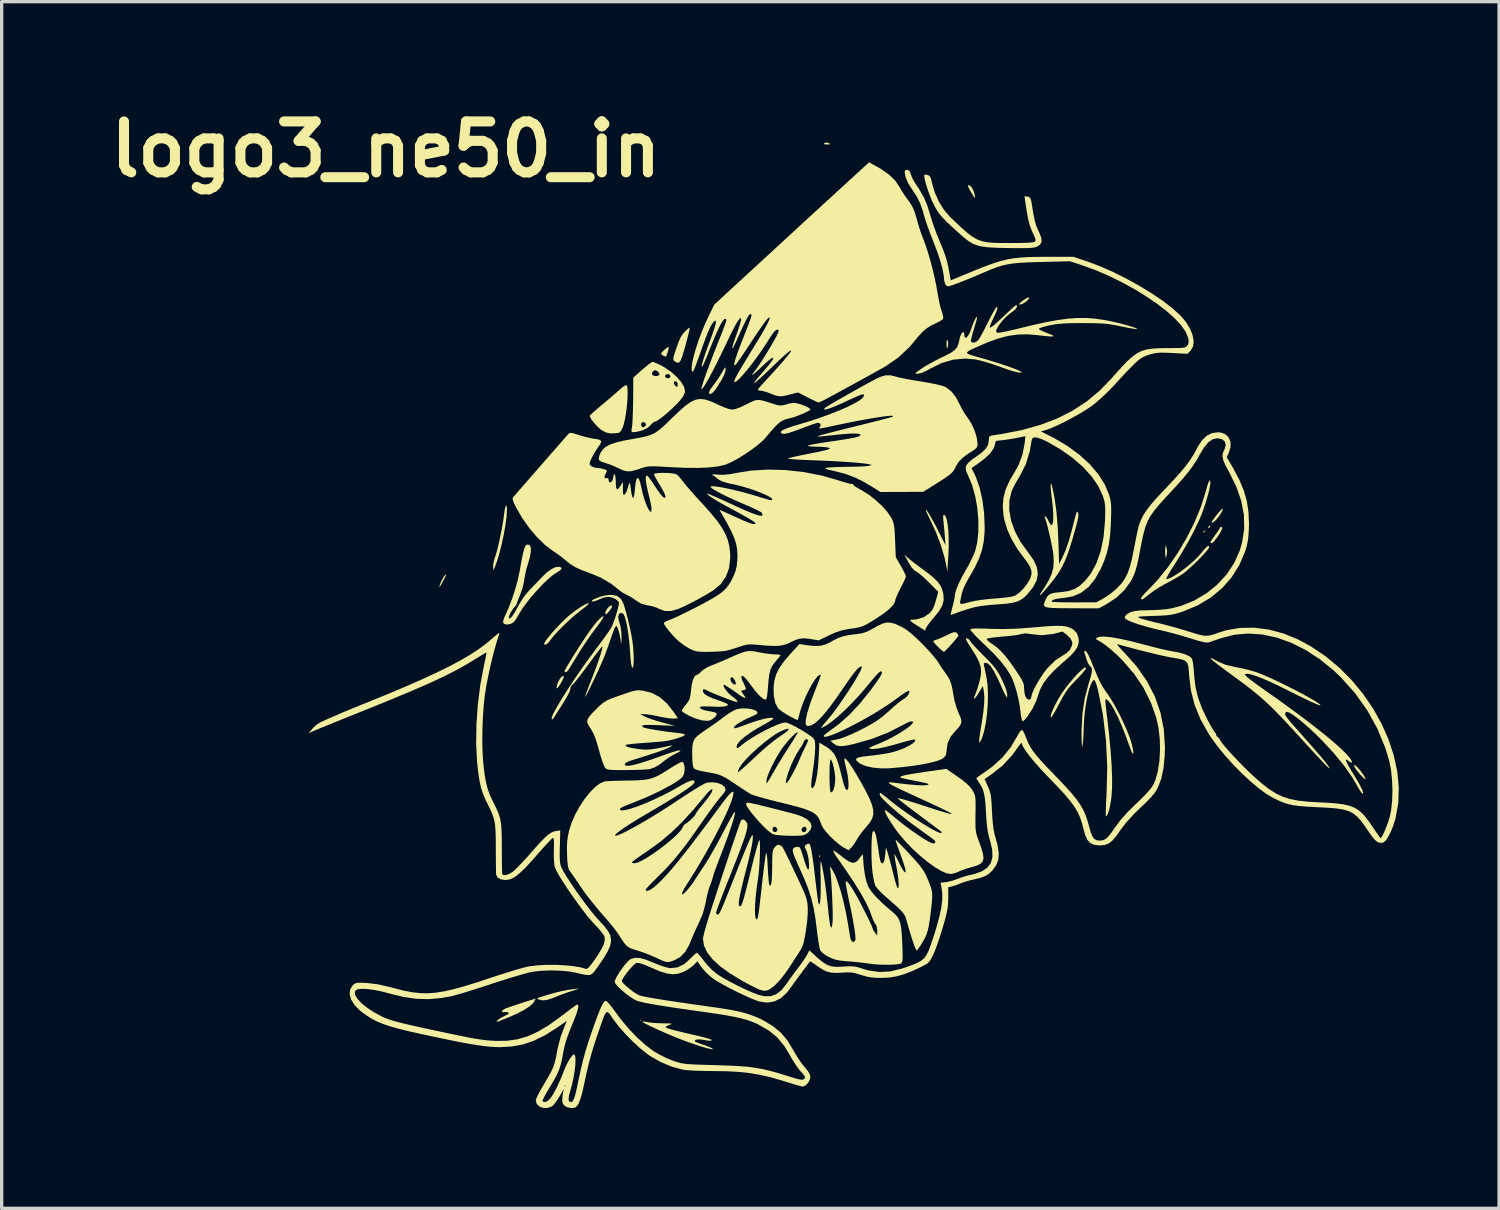
<source format=kicad_pcb>
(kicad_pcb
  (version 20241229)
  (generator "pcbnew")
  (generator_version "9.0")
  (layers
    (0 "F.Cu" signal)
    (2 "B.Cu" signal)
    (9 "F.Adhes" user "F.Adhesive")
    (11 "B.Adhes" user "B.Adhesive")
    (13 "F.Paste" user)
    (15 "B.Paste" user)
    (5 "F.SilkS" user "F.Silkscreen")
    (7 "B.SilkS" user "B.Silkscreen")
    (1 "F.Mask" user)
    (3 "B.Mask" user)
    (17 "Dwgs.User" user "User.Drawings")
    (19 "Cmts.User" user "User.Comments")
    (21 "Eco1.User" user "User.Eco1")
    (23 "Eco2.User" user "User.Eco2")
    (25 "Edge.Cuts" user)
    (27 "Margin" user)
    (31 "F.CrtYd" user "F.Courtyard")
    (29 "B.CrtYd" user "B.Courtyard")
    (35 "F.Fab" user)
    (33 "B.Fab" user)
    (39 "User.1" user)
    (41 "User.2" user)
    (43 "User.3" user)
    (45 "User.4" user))
  (footprint "logo3_ne50_in"
    (layer "F.Cu")
    (at 17.947 1.418)
    (property "Reference" "logo3_ne50_in" (at -9.449 0 0) (layer "F.SilkS") (effects (font (size 1.524 1.524) (thickness 0.3))))
    (attr board_only exclude_from_pos_files exclude_from_bom)
    (fp_poly (pts (xy -1.858 26.061) (xy -1.84 26.079) (xy -1.822 26.061) (xy -1.84 26.043)) (stroke (width 0) (type solid)) (fill yes) (layer "F.SilkS"))
    (fp_poly (pts (xy 3.513 21.125) (xy 3.509 21.167) (xy 3.513 21.173) (xy 3.534 21.168) (xy 3.537 21.149) (xy 3.524 21.119)) (stroke (width 0) (type solid)) (fill yes) (layer "F.SilkS"))
    (fp_poly (pts (xy 15.045 11.411) (xy 15.007 11.444) (xy 15.004 11.452) (xy 15.021 11.466) (xy 15.056 11.434) (xy 15.061 11.426) (xy 15.065 11.402)) (stroke (width 0) (type solid)) (fill yes) (layer "F.SilkS"))
    (fp_poly (pts (xy 13.87 11.941) (xy 13.864 12.057) (xy 13.87 12.137) (xy 13.883 12.236) (xy 13.912 12.137) (xy 13.923 12.026) (xy 13.912 11.941) (xy 13.883 11.843)) (stroke (width 0) (type solid)) (fill yes) (layer "F.SilkS"))
    (fp_poly (pts (xy 15.183 11.271) (xy 15.149 11.303) (xy 15.147 11.309) (xy 15.175 11.324) (xy 15.183 11.325) (xy 15.217 11.297) (xy 15.219 11.287) (xy 15.197 11.265)) (stroke (width 0) (type solid)) (fill yes) (layer "F.SilkS"))
    (fp_poly (pts (xy 3.671 -0.185) (xy 3.659 -0.157) (xy 3.704 -0.146) (xy 3.753 -0.145) (xy 3.831 -0.149) (xy 3.844 -0.159) (xy 3.801 -0.184) (xy 3.795 -0.187) (xy 3.717 -0.208)) (stroke (width 0) (type solid)) (fill yes) (layer "F.SilkS"))
    (fp_poly (pts (xy 7.326 5.76) (xy 7.325 5.814) (xy 7.328 5.921) (xy 7.338 5.961) (xy 7.355 5.933) (xy 7.37 5.868) (xy 7.373 5.776) (xy 7.357 5.716) (xy 7.337 5.704)) (stroke (width 0) (type solid)) (fill yes) (layer "F.SilkS"))
    (fp_poly (pts (xy -2.764 13.675) (xy -2.826 13.742) (xy -2.874 13.821) (xy -2.888 13.882) (xy -2.873 13.913) (xy -2.84 13.897) (xy -2.777 13.829) (xy -2.703 13.728) (xy -2.681 13.666) (xy -2.709 13.647)) (stroke (width 0) (type solid)) (fill yes) (layer "F.SilkS"))
    (fp_poly (pts (xy -4.195 15.785) (xy -4.256 15.861) (xy -4.308 15.963) (xy -4.323 16.006) (xy -4.345 16.103) (xy -4.337 16.134) (xy -4.3 16.101) (xy -4.242 16.017) (xy -4.164 15.882) (xy -4.128 15.793) (xy -4.133 15.756) (xy -4.14 15.754)) (stroke (width 0) (type solid)) (fill yes) (layer "F.SilkS"))
    (fp_poly (pts (xy 7.964 1.089) (xy 7.983 1.148) (xy 8.042 1.255) (xy 8.045 1.259) (xy 8.118 1.38) (xy 8.161 1.444) (xy 8.179 1.456) (xy 8.179 1.421) (xy 8.168 1.359) (xy 8.128 1.23) (xy 8.071 1.13) (xy 8.007 1.076) (xy 7.984 1.072)) (stroke (width 0) (type solid)) (fill yes) (layer "F.SilkS"))
    (fp_poly (pts (xy 9.695 4.466) (xy 9.598 4.532) (xy 9.592 4.537) (xy 9.516 4.601) (xy 9.493 4.633) (xy 9.518 4.644) (xy 9.533 4.644) (xy 9.605 4.621) (xy 9.696 4.563) (xy 9.725 4.538) (xy 9.789 4.469) (xy 9.799 4.434) (xy 9.765 4.433)) (stroke (width 0) (type solid)) (fill yes) (layer "F.SilkS"))
    (fp_poly (pts (xy -7.661 12.724) (xy -7.679 12.735) (xy -7.713 12.777) (xy -7.758 12.856) (xy -7.804 12.95) (xy -7.838 13.036) (xy -7.851 13.09) (xy -7.849 13.097) (xy -7.828 13.075) (xy -7.786 13.006) (xy -7.751 12.94) (xy -7.69 12.82) (xy -7.657 12.752) (xy -7.649 12.724)) (stroke (width 0) (type solid)) (fill yes) (layer "F.SilkS"))
    (fp_poly (pts (xy -1.012 5.917) (xy -1.08 5.966) (xy -1.151 6.03) (xy -1.202 6.088) (xy -1.215 6.114) (xy -1.188 6.152) (xy -1.131 6.185) (xy -1.077 6.198) (xy -1.06 6.189) (xy -1.041 6.14) (xy -1.013 6.052) (xy -1.007 6.028) (xy -0.988 5.942) (xy -0.995 5.912)) (stroke (width 0) (type solid)) (fill yes) (layer "F.SilkS"))
    (fp_poly (pts (xy 15.548 10.779) (xy 15.483 10.849) (xy 15.4 10.948) (xy 15.385 10.967) (xy 15.302 11.082) (xy 15.26 11.155) (xy 15.262 11.181) (xy 15.306 11.158) (xy 15.373 11.101) (xy 15.437 11.031) (xy 15.501 10.943) (xy 15.555 10.856) (xy 15.588 10.787) (xy 15.589 10.754) (xy 15.584 10.753)) (stroke (width 0) (type solid)) (fill yes) (layer "F.SilkS"))
    (fp_poly (pts (xy 19.52 18.421) (xy 19.53 18.468) (xy 19.559 18.524) (xy 19.615 18.602) (xy 19.685 18.688) (xy 19.757 18.767) (xy 19.818 18.825) (xy 19.855 18.848) (xy 19.861 18.841) (xy 19.841 18.787) (xy 19.787 18.701) (xy 19.714 18.601) (xy 19.636 18.509) (xy 19.585 18.457) (xy 19.532 18.414)) (stroke (width 0) (type solid)) (fill yes) (layer "F.SilkS"))
    (fp_poly (pts (xy 15.522 11.303) (xy 15.512 11.319) (xy 15.484 11.368) (xy 15.426 11.454) (xy 15.358 11.548) (xy 15.286 11.647) (xy 15.236 11.725) (xy 15.219 11.761) (xy 15.239 11.788) (xy 15.289 11.768) (xy 15.332 11.727) (xy 15.422 11.611) (xy 15.498 11.496) (xy 15.551 11.395) (xy 15.574 11.325) (xy 15.567 11.301)) (stroke (width 0) (type solid)) (fill yes) (layer "F.SilkS"))
    (fp_poly (pts (xy 0.665 6.573) (xy 0.61 6.671) (xy 0.527 6.807) (xy 0.425 6.956) (xy 0.361 7.042) (xy 0.285 7.144) (xy 0.232 7.228) (xy 0.214 7.275) (xy 0.233 7.321) (xy 0.282 7.314) (xy 0.35 7.26) (xy 0.421 7.172) (xy 0.566 6.947) (xy 0.661 6.771) (xy 0.708 6.64) (xy 0.714 6.588) (xy 0.711 6.536) (xy 0.697 6.529)) (stroke (width 0) (type solid)) (fill yes) (layer "F.SilkS"))
    (fp_poly (pts (xy -3.887 25.133) (xy -4.022 25.153) (xy -4.196 25.189) (xy -4.382 25.234) (xy -4.477 25.26) (xy -4.667 25.316) (xy -4.798 25.356) (xy -4.878 25.383) (xy -4.916 25.402) (xy -4.919 25.415) (xy -4.898 25.428) (xy -4.876 25.437) (xy -4.763 25.464) (xy -4.633 25.453) (xy -4.47 25.4) (xy -4.412 25.376) (xy -4.264 25.316) (xy -4.088 25.251) (xy -3.93 25.198) (xy -3.662 25.112)) (stroke (width 0) (type solid)) (fill yes) (layer "F.SilkS"))
    (fp_poly (pts (xy -5.874 10.691) (xy -5.897 10.797) (xy -5.912 10.905) (xy -5.936 11.089) (xy -5.973 11.306) (xy -6.018 11.537) (xy -6.066 11.765) (xy -6.115 11.969) (xy -6.161 12.132) (xy -6.183 12.198) (xy -6.221 12.324) (xy -6.242 12.438) (xy -6.243 12.494) (xy -6.23 12.593) (xy -6.191 12.502) (xy -6.123 12.318) (xy -6.054 12.082) (xy -5.986 11.814) (xy -5.926 11.533) (xy -5.876 11.26) (xy -5.843 11.014) (xy -5.836 10.935) (xy -5.829 10.777) (xy -5.835 10.682) (xy -5.852 10.653)) (stroke (width 0) (type solid)) (fill yes) (layer "F.SilkS"))
    (fp_poly (pts (xy -0.38 5.343) (xy -0.438 5.39) (xy -0.496 5.444) (xy -0.57 5.527) (xy -0.632 5.626) (xy -0.691 5.759) (xy -0.755 5.936) (xy -0.808 6.095) (xy -0.84 6.2) (xy -0.851 6.265) (xy -0.845 6.304) (xy -0.823 6.331) (xy -0.806 6.344) (xy -0.734 6.385) (xy -0.679 6.38) (xy -0.633 6.32) (xy -0.585 6.199) (xy -0.576 6.171) (xy -0.539 6.051) (xy -0.497 5.903) (xy -0.453 5.743) (xy -0.413 5.588) (xy -0.381 5.457) (xy -0.361 5.366) (xy -0.357 5.337)) (stroke (width 0) (type solid)) (fill yes) (layer "F.SilkS"))
    (fp_poly (pts (xy 7.533 14.451) (xy 7.448 14.482) (xy 7.318 14.544) (xy 7.302 14.551) (xy 7.173 14.612) (xy 7.064 14.658) (xy 6.994 14.681) (xy 6.984 14.683) (xy 6.936 14.704) (xy 6.931 14.723) (xy 6.954 14.763) (xy 7.014 14.831) (xy 7.092 14.91) (xy 7.17 14.981) (xy 7.23 15.028) (xy 7.252 15.037) (xy 7.282 15.01) (xy 7.348 14.943) (xy 7.437 14.847) (xy 7.475 14.805) (xy 7.568 14.698) (xy 7.64 14.61) (xy 7.677 14.555) (xy 7.681 14.545) (xy 7.656 14.498) (xy 7.625 14.466) (xy 7.587 14.447)) (stroke (width 0) (type solid)) (fill yes) (layer "F.SilkS"))
    (fp_poly (pts (xy -5.387 25.542) (xy -5.558 25.598) (xy -5.713 25.651) (xy -5.834 25.694) (xy -5.902 25.722) (xy -5.964 25.766) (xy -5.976 25.806) (xy -5.939 25.821) (xy -5.9 25.813) (xy -5.82 25.814) (xy -5.789 25.827) (xy -5.771 25.854) (xy -5.807 25.886) (xy -5.896 25.929) (xy -6.002 25.982) (xy -6.084 26.036) (xy -6.105 26.056) (xy -6.131 26.088) (xy -6.138 26.105) (xy -6.117 26.104) (xy -6.057 26.084) (xy -5.95 26.041) (xy -5.81 25.985) (xy -5.546 25.87) (xy -5.327 25.757) (xy -5.16 25.65) (xy -5.051 25.554) (xy -5.021 25.51) (xy -4.968 25.408)) (stroke (width 0) (type solid)) (fill yes) (layer "F.SilkS"))
    (fp_poly (pts (xy -3.419 13.586) (xy -3.507 13.626) (xy -3.627 13.697) (xy -3.766 13.792) (xy -3.913 13.904) (xy -3.991 13.968) (xy -4.108 14.074) (xy -4.237 14.203) (xy -4.368 14.342) (xy -4.491 14.48) (xy -4.596 14.607) (xy -4.673 14.71) (xy -4.713 14.778) (xy -4.716 14.792) (xy -4.697 14.827) (xy -4.648 14.812) (xy -4.583 14.754) (xy -4.537 14.694) (xy -4.444 14.575) (xy -4.31 14.427) (xy -4.148 14.262) (xy -3.973 14.095) (xy -3.799 13.94) (xy -3.641 13.812) (xy -3.616 13.793) (xy -3.504 13.707) (xy -3.42 13.637) (xy -3.376 13.593) (xy -3.373 13.584)) (stroke (width 0) (type solid)) (fill yes) (layer "F.SilkS"))
    (fp_poly (pts (xy 11.427 15.529) (xy 11.342 15.599) (xy 11.237 15.702) (xy 11.12 15.831) (xy 10.997 15.976) (xy 10.877 16.13) (xy 10.785 16.26) (xy 10.686 16.417) (xy 10.595 16.581) (xy 10.519 16.737) (xy 10.464 16.871) (xy 10.439 16.967) (xy 10.439 16.995) (xy 10.459 16.991) (xy 10.506 16.928) (xy 10.575 16.812) (xy 10.664 16.648) (xy 10.683 16.612) (xy 10.788 16.413) (xy 10.879 16.261) (xy 10.968 16.133) (xy 11.071 16.012) (xy 11.202 15.876) (xy 11.208 15.869) (xy 11.325 15.748) (xy 11.419 15.641) (xy 11.482 15.559) (xy 11.503 15.518) (xy 11.483 15.499)) (stroke (width 0) (type solid)) (fill yes) (layer "F.SilkS"))
    (fp_poly (pts (xy -3.004 13.999) (xy -3.098 14.088) (xy -3.219 14.232) (xy -3.362 14.426) (xy -3.462 14.571) (xy -3.576 14.743) (xy -3.694 14.925) (xy -3.808 15.105) (xy -3.913 15.274) (xy -4.001 15.42) (xy -4.067 15.534) (xy -4.103 15.603) (xy -4.108 15.619) (xy -4.086 15.646) (xy -4.038 15.63) (xy -4.009 15.603) (xy -3.978 15.557) (xy -3.918 15.462) (xy -3.838 15.331) (xy -3.745 15.178) (xy -3.723 15.141) (xy -3.596 14.938) (xy -3.445 14.712) (xy -3.292 14.493) (xy -3.182 14.346) (xy -3.072 14.2) (xy -2.991 14.083) (xy -2.945 14.003) (xy -2.938 13.969) (xy -2.941 13.968)) (stroke (width 0) (type solid)) (fill yes) (layer "F.SilkS"))
    (fp_poly (pts (xy 6.712 10.818) (xy 6.753 10.914) (xy 6.829 11.071) (xy 6.84 11.092) (xy 7.015 11.474) (xy 7.16 11.858) (xy 7.266 12.221) (xy 7.302 12.383) (xy 7.348 12.629) (xy 7.376 12.201) (xy 7.389 11.924) (xy 7.389 11.665) (xy 7.379 11.431) (xy 7.359 11.232) (xy 7.33 11.077) (xy 7.293 10.974) (xy 7.249 10.932) (xy 7.244 10.932) (xy 7.225 10.965) (xy 7.224 11.061) (xy 7.23 11.119) (xy 7.245 11.254) (xy 7.261 11.422) (xy 7.274 11.575) (xy 7.293 11.843) (xy 7.058 11.378) (xy 6.967 11.202) (xy 6.878 11.041) (xy 6.801 10.909) (xy 6.745 10.822) (xy 6.733 10.807) (xy 6.705 10.783)) (stroke (width 0) (type solid)) (fill yes) (layer "F.SilkS"))
    (fp_poly (pts (xy -2.293 7.067) (xy -2.369 7.117) (xy -2.456 7.19) (xy -2.551 7.275) (xy -2.684 7.391) (xy -2.836 7.52) (xy -2.983 7.643) (xy -3.117 7.756) (xy -3.23 7.853) (xy -3.311 7.925) (xy -3.349 7.962) (xy -3.35 7.965) (xy -3.338 8.017) (xy -3.287 8.101) (xy -3.209 8.2) (xy -3.119 8.298) (xy -3.028 8.379) (xy -3 8.4) (xy -2.868 8.472) (xy -2.738 8.499) (xy -2.683 8.5) (xy -2.574 8.494) (xy -2.492 8.484) (xy -2.473 8.478) (xy -2.408 8.416) (xy -2.349 8.283) (xy -2.298 8.079) (xy -2.268 7.904) (xy -2.241 7.694) (xy -2.224 7.495) (xy -2.217 7.318) (xy -2.22 7.177) (xy -2.234 7.085) (xy -2.25 7.056)) (stroke (width 0) (type solid)) (fill yes) (layer "F.SilkS"))
    (fp_poly (pts (xy 6.184 12.356) (xy 6.28 12.512) (xy 6.37 12.605) (xy 6.413 12.63) (xy 6.482 12.675) (xy 6.584 12.758) (xy 6.705 12.868) (xy 6.798 12.959) (xy 7.077 13.241) (xy 7.004 13.506) (xy 6.952 13.67) (xy 6.895 13.785) (xy 6.821 13.875) (xy 6.809 13.885) (xy 6.638 14) (xy 6.432 14.064) (xy 6.307 14.075) (xy 6.251 14.079) (xy 6.233 14.093) (xy 6.259 14.124) (xy 6.335 14.179) (xy 6.467 14.264) (xy 6.475 14.269) (xy 6.681 14.4) (xy 6.713 14.318) (xy 6.75 14.255) (xy 6.823 14.157) (xy 6.918 14.041) (xy 6.958 13.995) (xy 7.106 13.81) (xy 7.197 13.648) (xy 7.238 13.493) (xy 7.232 13.331) (xy 7.218 13.259) (xy 7.18 13.134) (xy 7.124 13.025) (xy 7.042 12.919) (xy 6.923 12.806) (xy 6.758 12.674) (xy 6.638 12.585) (xy 6.488 12.474) (xy 6.348 12.368) (xy 6.236 12.281) (xy 6.167 12.223) (xy 6.167 12.222) (xy 6.064 12.128)) (stroke (width 0) (type solid)) (fill yes) (layer "F.SilkS"))
    (fp_poly (pts (xy -1.782 26.098) (xy -1.759 26.12) (xy -1.682 26.164) (xy -1.561 26.225) (xy -1.406 26.298) (xy -1.23 26.378) (xy -1.043 26.46) (xy -0.856 26.539) (xy -0.681 26.61) (xy -0.589 26.646) (xy -0.379 26.722) (xy -0.181 26.79) (xy -0.005 26.847) (xy 0.142 26.89) (xy 0.254 26.918) (xy 0.322 26.929) (xy 0.338 26.921) (xy 0.296 26.891) (xy 0.286 26.885) (xy 0.202 26.848) (xy 0.081 26.803) (xy -0.009 26.773) (xy -0.117 26.735) (xy -0.192 26.701) (xy -0.214 26.682) (xy -0.183 26.645) (xy -0.1 26.63) (xy 0.016 26.639) (xy 0.083 26.652) (xy 0.206 26.673) (xy 0.291 26.666) (xy 0.301 26.661) (xy 0.295 26.644) (xy 0.23 26.617) (xy 0.104 26.58) (xy -0.088 26.532) (xy -0.348 26.472) (xy -0.359 26.469) (xy -0.575 26.419) (xy -0.765 26.372) (xy -0.92 26.331) (xy -1.028 26.299) (xy -1.08 26.277) (xy -1.082 26.274) (xy -1.057 26.241) (xy -0.985 26.204) (xy -0.965 26.197) (xy -0.911 26.177) (xy -0.899 26.164) (xy -0.935 26.157) (xy -1.028 26.153) (xy -1.161 26.151) (xy -1.325 26.146) (xy -1.48 26.135) (xy -1.599 26.121) (xy -1.624 26.116) (xy -1.717 26.098) (xy -1.775 26.096)) (stroke (width 0) (type solid)) (fill yes) (layer "F.SilkS"))
    (fp_poly (pts (xy 1.324 19.588) (xy 1.354 19.665) (xy 1.435 19.785) (xy 1.487 19.852) (xy 1.662 20.061) (xy 1.825 20.238) (xy 1.97 20.376) (xy 2.087 20.467) (xy 2.133 20.492) (xy 2.214 20.511) (xy 2.346 20.526) (xy 2.509 20.536) (xy 2.683 20.54) (xy 2.848 20.539) (xy 2.983 20.532) (xy 3.069 20.517) (xy 3.072 20.516) (xy 3.176 20.452) (xy 3.255 20.356) (xy 3.258 20.345) (xy 3.137 20.345) (xy 3.114 20.407) (xy 3.059 20.434) (xy 3.003 20.406) (xy 2.989 20.383) (xy 2.991 20.356) (xy 2.267 20.356) (xy 2.263 20.383) (xy 2.217 20.429) (xy 2.157 20.423) (xy 2.12 20.378) (xy 2.121 20.309) (xy 2.137 20.283) (xy 2.19 20.268) (xy 2.242 20.3) (xy 2.267 20.356) (xy 2.991 20.356) (xy 2.993 20.323) (xy 3.036 20.278) (xy 3.092 20.27) (xy 3.114 20.283) (xy 3.137 20.345) (xy 3.258 20.345) (xy 3.287 20.255) (xy 3.287 20.253) (xy 3.252 20.145) (xy 3.152 20.046) (xy 2.992 19.959) (xy 2.829 19.903) (xy 2.7 19.868) (xy 2.53 19.824) (xy 2.334 19.773) (xy 2.125 19.72) (xy 1.918 19.669) (xy 1.728 19.622) (xy 1.57 19.584) (xy 1.458 19.559) (xy 1.42 19.551) (xy 1.347 19.551)) (stroke (width 0) (type solid)) (fill yes) (layer "F.SilkS"))
    (fp_poly (pts (xy 15.19 9.912) (xy 15.159 9.975) (xy 15.119 10.094) (xy 15.077 10.248) (xy 14.939 10.69) (xy 14.748 11.153) (xy 14.513 11.62) (xy 14.243 12.076) (xy 13.947 12.505) (xy 13.635 12.892) (xy 13.391 13.15) (xy 13.257 13.285) (xy 13.175 13.379) (xy 13.142 13.438) (xy 13.156 13.465) (xy 13.18 13.468) (xy 13.216 13.447) (xy 13.291 13.392) (xy 13.389 13.313) (xy 13.397 13.307) (xy 13.526 13.211) (xy 13.688 13.106) (xy 13.852 13.012) (xy 13.879 12.998) (xy 14.039 12.912) (xy 14.203 12.82) (xy 14.34 12.738) (xy 14.361 12.725) (xy 14.452 12.658) (xy 14.568 12.56) (xy 14.698 12.441) (xy 14.832 12.312) (xy 14.957 12.184) (xy 15.064 12.068) (xy 15.142 11.974) (xy 15.18 11.914) (xy 15.182 11.905) (xy 15.168 11.863) (xy 15.123 11.881) (xy 15.045 11.958) (xy 14.951 12.074) (xy 14.838 12.204) (xy 14.693 12.343) (xy 14.53 12.482) (xy 14.361 12.612) (xy 14.198 12.724) (xy 14.054 12.807) (xy 13.941 12.854) (xy 13.899 12.861) (xy 13.904 12.833) (xy 13.943 12.756) (xy 14.009 12.642) (xy 14.097 12.501) (xy 14.124 12.459) (xy 14.355 12.089) (xy 14.565 11.727) (xy 14.746 11.385) (xy 14.891 11.078) (xy 14.948 10.943) (xy 15.023 10.738) (xy 15.093 10.526) (xy 15.151 10.323) (xy 15.194 10.146) (xy 15.216 10.012) (xy 15.219 9.972) (xy 15.211 9.909)) (stroke (width 0) (type solid)) (fill yes) (layer "F.SilkS"))
    (fp_poly (pts (xy 10.442 10.018) (xy 10.442 10.096) (xy 10.451 10.227) (xy 10.47 10.406) (xy 10.484 10.516) (xy 10.508 10.747) (xy 10.519 10.941) (xy 10.517 11.092) (xy 10.502 11.195) (xy 10.477 11.244) (xy 10.441 11.235) (xy 10.395 11.162) (xy 10.382 11.132) (xy 10.337 11.044) (xy 10.291 10.987) (xy 10.286 10.984) (xy 10.257 10.977) (xy 10.268 11.024) (xy 10.304 11.132) (xy 10.348 11.29) (xy 10.394 11.479) (xy 10.44 11.68) (xy 10.479 11.872) (xy 10.509 12.036) (xy 10.522 12.132) (xy 10.532 12.344) (xy 10.516 12.533) (xy 10.466 12.714) (xy 10.378 12.905) (xy 10.247 13.121) (xy 10.174 13.23) (xy 10.124 13.31) (xy 10.118 13.339) (xy 10.154 13.317) (xy 10.225 13.243) (xy 10.242 13.224) (xy 10.414 13.021) (xy 10.557 12.841) (xy 10.676 12.671) (xy 10.777 12.501) (xy 10.866 12.317) (xy 10.949 12.11) (xy 11.031 11.866) (xy 11.118 11.574) (xy 11.2 11.283) (xy 11.246 11.101) (xy 11.269 10.976) (xy 11.268 10.898) (xy 11.26 10.873) (xy 11.246 10.849) (xy 11.234 10.839) (xy 11.221 10.852) (xy 11.204 10.897) (xy 11.179 10.983) (xy 11.144 11.118) (xy 11.095 11.311) (xy 11.078 11.378) (xy 10.98 11.728) (xy 10.878 12.019) (xy 10.781 12.233) (xy 10.693 12.406) (xy 10.67 11.714) (xy 10.648 11.251) (xy 10.613 10.844) (xy 10.563 10.478) (xy 10.498 10.146) (xy 10.471 10.038) (xy 10.452 9.997)) (stroke (width 0) (type solid)) (fill yes) (layer "F.SilkS"))
    (fp_poly (pts (xy -5.245 11.835) (xy -5.278 11.871) (xy -5.309 11.943) (xy -5.34 12.057) (xy -5.376 12.222) (xy -5.417 12.445) (xy -5.45 12.629) (xy -5.505 12.884) (xy -5.583 13.167) (xy -5.675 13.45) (xy -5.774 13.71) (xy -5.856 13.892) (xy -5.909 14.009) (xy -5.94 14.107) (xy -5.944 14.163) (xy -5.893 14.208) (xy -5.806 14.219) (xy -5.709 14.197) (xy -5.625 14.144) (xy -5.619 14.138) (xy -5.552 14.05) (xy -5.488 13.943) (xy -5.482 13.932) (xy -5.389 13.774) (xy -5.258 13.591) (xy -5.102 13.394) (xy -4.931 13.198) (xy -4.757 13.013) (xy -4.59 12.853) (xy -4.442 12.73) (xy -4.341 12.664) (xy -4.232 12.596) (xy -4.192 12.543) (xy -4.221 12.504) (xy -4.255 12.492) (xy -4.361 12.498) (xy -4.492 12.557) (xy -4.639 12.663) (xy -4.779 12.797) (xy -4.895 12.921) (xy -5.031 13.062) (xy -5.147 13.18) (xy -5.311 13.375) (xy -5.461 13.607) (xy -5.494 13.668) (xy -5.597 13.857) (xy -5.679 13.979) (xy -5.74 14.034) (xy -5.773 14.03) (xy -5.771 13.989) (xy -5.74 13.91) (xy -5.691 13.818) (xy -5.637 13.734) (xy -5.593 13.685) (xy -5.547 13.631) (xy -5.537 13.604) (xy -5.524 13.556) (xy -5.489 13.462) (xy -5.439 13.342) (xy -5.435 13.331) (xy -5.377 13.173) (xy -5.332 13.002) (xy -5.311 12.879) (xy -5.287 12.733) (xy -5.247 12.559) (xy -5.199 12.399) (xy -5.141 12.2) (xy -5.113 12.036) (xy -5.115 11.914) (xy -5.148 11.846) (xy -5.163 11.837) (xy -5.207 11.826)) (stroke (width 0) (type solid)) (fill yes) (layer "F.SilkS"))
    (fp_poly (pts (xy 7.901 14.641) (xy 7.92 14.694) (xy 7.976 14.793) (xy 8.072 14.942) (xy 8.092 14.972) (xy 8.217 15.174) (xy 8.299 15.339) (xy 8.344 15.483) (xy 8.359 15.622) (xy 8.359 15.631) (xy 8.346 15.756) (xy 8.311 15.921) (xy 8.26 16.1) (xy 8.201 16.268) (xy 8.18 16.319) (xy 8.146 16.408) (xy 8.146 16.441) (xy 8.176 16.422) (xy 8.23 16.353) (xy 8.304 16.239) (xy 8.312 16.225) (xy 8.41 16.058) (xy 8.44 16.219) (xy 8.455 16.374) (xy 8.451 16.577) (xy 8.426 16.834) (xy 8.38 17.15) (xy 8.354 17.302) (xy 8.328 17.467) (xy 8.309 17.606) (xy 8.3 17.703) (xy 8.302 17.745) (xy 8.302 17.745) (xy 8.327 17.729) (xy 8.364 17.664) (xy 8.38 17.63) (xy 8.445 17.426) (xy 8.498 17.171) (xy 8.537 16.883) (xy 8.559 16.581) (xy 8.564 16.285) (xy 8.55 16.013) (xy 8.524 15.826) (xy 8.495 15.677) (xy 8.468 15.547) (xy 8.448 15.458) (xy 8.444 15.442) (xy 8.44 15.381) (xy 8.484 15.362) (xy 8.498 15.361) (xy 8.572 15.391) (xy 8.657 15.482) (xy 8.754 15.635) (xy 8.865 15.854) (xy 8.95 16.044) (xy 9.017 16.193) (xy 9.075 16.309) (xy 9.117 16.383) (xy 9.138 16.403) (xy 9.138 16.401) (xy 9.141 16.301) (xy 9.102 16.148) (xy 9.021 15.949) (xy 8.959 15.818) (xy 8.888 15.686) (xy 8.814 15.57) (xy 8.723 15.453) (xy 8.604 15.322) (xy 8.445 15.16) (xy 8.424 15.139) (xy 8.29 15.004) (xy 8.176 14.885) (xy 8.091 14.792) (xy 8.044 14.734) (xy 8.038 14.721) (xy 8.01 14.678) (xy 7.967 14.647) (xy 7.917 14.627)) (stroke (width 0) (type solid)) (fill yes) (layer "F.SilkS"))
    (fp_poly (pts (xy 6.66 0.759) (xy 6.656 0.806) (xy 6.674 0.905) (xy 6.709 1.04) (xy 6.758 1.196) (xy 6.816 1.359) (xy 6.877 1.512) (xy 6.915 1.595) (xy 6.977 1.72) (xy 7.04 1.829) (xy 7.11 1.93) (xy 7.197 2.034) (xy 7.309 2.15) (xy 7.454 2.289) (xy 7.642 2.459) (xy 7.743 2.55) (xy 7.879 2.667) (xy 7.999 2.758) (xy 8.118 2.826) (xy 8.246 2.876) (xy 8.395 2.91) (xy 8.578 2.932) (xy 8.805 2.945) (xy 9.09 2.953) (xy 9.163 2.954) (xy 9.43 2.957) (xy 9.634 2.957) (xy 9.786 2.954) (xy 9.897 2.945) (xy 9.974 2.933) (xy 10.028 2.915) (xy 10.028 2.914) (xy 10.126 2.85) (xy 10.169 2.762) (xy 10.158 2.643) (xy 10.096 2.485) (xy 10.079 2.452) (xy 10.014 2.303) (xy 9.963 2.134) (xy 9.921 1.921) (xy 9.907 1.834) (xy 9.88 1.661) (xy 9.859 1.546) (xy 9.838 1.476) (xy 9.813 1.439) (xy 9.779 1.422) (xy 9.755 1.417) (xy 9.686 1.406) (xy 9.659 1.405) (xy 9.662 1.441) (xy 9.675 1.533) (xy 9.695 1.668) (xy 9.72 1.832) (xy 9.721 1.84) (xy 9.765 2.082) (xy 9.814 2.272) (xy 9.872 2.429) (xy 9.902 2.493) (xy 9.961 2.619) (xy 9.987 2.699) (xy 9.982 2.747) (xy 9.971 2.761) (xy 9.93 2.777) (xy 9.839 2.79) (xy 9.693 2.798) (xy 9.487 2.803) (xy 9.224 2.804) (xy 8.952 2.803) (xy 8.729 2.797) (xy 8.545 2.781) (xy 8.388 2.749) (xy 8.246 2.697) (xy 8.108 2.62) (xy 7.961 2.512) (xy 7.796 2.368) (xy 7.599 2.184) (xy 7.421 2.014) (xy 7.247 1.81) (xy 7.092 1.558) (xy 6.969 1.282) (xy 6.89 1.011) (xy 6.861 0.886) (xy 6.83 0.814) (xy 6.789 0.779) (xy 6.759 0.769) (xy 6.689 0.756)) (stroke (width 0) (type solid)) (fill yes) (layer "F.SilkS"))
    (fp_poly (pts (xy -1.517 6.382) (xy -1.601 6.443) (xy -1.709 6.531) (xy -1.783 6.595) (xy -2.048 6.83) (xy -2.053 7.497) (xy -2.057 7.719) (xy -2.063 7.928) (xy -2.07 8.107) (xy -2.079 8.243) (xy -2.088 8.315) (xy -2.103 8.409) (xy -2.096 8.453) (xy -2.059 8.464) (xy -2.032 8.464) (xy -1.947 8.452) (xy -1.831 8.425) (xy -1.778 8.41) (xy -1.623 8.337) (xy -1.53 8.251) (xy -1.51 8.23) (xy -1.663 8.23) (xy -1.683 8.275) (xy -1.745 8.321) (xy -1.795 8.297) (xy -1.81 8.268) (xy -1.812 8.197) (xy -1.77 8.16) (xy -1.707 8.174) (xy -1.698 8.18) (xy -1.663 8.23) (xy -1.51 8.23) (xy -1.463 8.181) (xy -1.4 8.146) (xy -1.392 8.145) (xy -1.336 8.122) (xy -1.243 8.058) (xy -1.123 7.964) (xy -0.991 7.851) (xy -0.858 7.729) (xy -0.736 7.609) (xy -0.65 7.516) (xy -0.551 7.384) (xy -0.506 7.277) (xy -0.5 7.231) (xy -0.531 7.104) (xy -0.57 7.04) (xy -0.714 7.04) (xy -0.731 7.099) (xy -0.772 7.099) (xy -0.82 7.04) (xy -0.838 6.97) (xy -0.822 6.948) (xy -0.762 6.943) (xy -0.722 6.993) (xy -0.714 7.04) (xy -0.57 7.04) (xy -0.617 6.96) (xy -0.748 6.809) (xy -0.757 6.801) (xy -0.939 6.801) (xy -0.946 6.822) (xy -0.998 6.852) (xy -1.063 6.838) (xy -1.099 6.797) (xy -1.086 6.75) (xy -1.05 6.733) (xy -1.262 6.733) (xy -1.265 6.746) (xy -1.321 6.782) (xy -1.402 6.784) (xy -1.47 6.755) (xy -1.489 6.73) (xy -1.481 6.668) (xy -1.429 6.619) (xy -1.391 6.61) (xy -1.336 6.631) (xy -1.285 6.681) (xy -1.262 6.733) (xy -1.05 6.733) (xy -1.034 6.725) (xy -0.974 6.732) (xy -0.958 6.744) (xy -0.939 6.801) (xy -0.757 6.801) (xy -0.914 6.662) (xy -1.104 6.529) (xy -1.223 6.463) (xy -1.336 6.409) (xy -1.427 6.371) (xy -1.473 6.359)) (stroke (width 0) (type solid)) (fill yes) (layer "F.SilkS"))
    (fp_poly (pts (xy -0.181 7.491) (xy -0.324 7.556) (xy -0.481 7.666) (xy -0.664 7.826) (xy -0.847 8) (xy -1.032 8.18) (xy -1.18 8.318) (xy -1.305 8.42) (xy -1.419 8.495) (xy -1.536 8.549) (xy -1.67 8.589) (xy -1.834 8.625) (xy -2.042 8.662) (xy -2.052 8.663) (xy -2.342 8.718) (xy -2.57 8.773) (xy -2.744 8.832) (xy -2.872 8.901) (xy -2.965 8.983) (xy -3.03 9.083) (xy -3.065 9.17) (xy -3.084 9.248) (xy -3.07 9.302) (xy -3.012 9.342) (xy -2.898 9.381) (xy -2.858 9.393) (xy -2.735 9.436) (xy -2.588 9.497) (xy -2.493 9.542) (xy -2.355 9.605) (xy -2.238 9.634) (xy -2.119 9.632) (xy -1.975 9.597) (xy -1.847 9.555) (xy -1.757 9.525) (xy -1.68 9.503) (xy -1.603 9.49) (xy -1.511 9.485) (xy -1.391 9.486) (xy -1.229 9.493) (xy -1.011 9.506) (xy -0.971 9.508) (xy -0.51 9.529) (xy -0.116 9.533) (xy 0.214 9.519) (xy 0.483 9.488) (xy 0.694 9.44) (xy 0.714 9.433) (xy 0.876 9.364) (xy 1.07 9.26) (xy 1.279 9.132) (xy 1.486 8.991) (xy 1.674 8.849) (xy 1.826 8.718) (xy 1.901 8.639) (xy 2.057 8.454) (xy 2.179 8.316) (xy 2.277 8.217) (xy 2.362 8.149) (xy 2.443 8.103) (xy 2.533 8.071) (xy 2.64 8.045) (xy 2.667 8.039) (xy 2.787 8.004) (xy 2.939 7.946) (xy 3.093 7.879) (xy 3.219 7.814) (xy 3.251 7.794) (xy 3.246 7.767) (xy 3.188 7.725) (xy 3.093 7.679) (xy 2.975 7.634) (xy 2.938 7.623) (xy 2.821 7.593) (xy 2.731 7.587) (xy 2.63 7.605) (xy 2.551 7.627) (xy 2.437 7.657) (xy 2.353 7.666) (xy 2.266 7.654) (xy 2.147 7.618) (xy 2.131 7.613) (xy 1.947 7.554) (xy 1.813 7.515) (xy 1.712 7.499) (xy 1.628 7.503) (xy 1.542 7.53) (xy 1.437 7.58) (xy 1.339 7.63) (xy 1.168 7.711) (xy 1.023 7.766) (xy 0.92 7.788) (xy 0.912 7.788) (xy 0.821 7.771) (xy 0.685 7.725) (xy 0.522 7.656) (xy 0.461 7.627) (xy 0.268 7.54) (xy 0.104 7.486) (xy -0.042 7.469)) (stroke (width 0) (type solid)) (fill yes) (layer "F.SilkS"))
    (fp_poly (pts (xy 11.442 15.024) (xy 11.451 15.067) (xy 11.477 15.141) (xy 11.509 15.246) (xy 11.517 15.272) (xy 11.557 15.375) (xy 11.607 15.451) (xy 11.619 15.462) (xy 11.658 15.502) (xy 11.676 15.557) (xy 11.672 15.639) (xy 11.645 15.76) (xy 11.594 15.932) (xy 11.573 15.998) (xy 11.459 16.43) (xy 11.391 16.883) (xy 11.365 17.374) (xy 11.365 17.505) (xy 11.368 17.691) (xy 11.372 17.811) (xy 11.378 17.868) (xy 11.386 17.866) (xy 11.397 17.812) (xy 11.398 17.809) (xy 11.411 17.688) (xy 11.422 17.525) (xy 11.428 17.352) (xy 11.429 17.308) (xy 11.439 17.076) (xy 11.462 16.836) (xy 11.495 16.6) (xy 11.537 16.379) (xy 11.585 16.184) (xy 11.637 16.027) (xy 11.689 15.919) (xy 11.738 15.872) (xy 11.764 15.899) (xy 11.799 15.983) (xy 11.838 16.113) (xy 11.854 16.173) (xy 12.002 16.909) (xy 12.095 17.679) (xy 12.133 18.469) (xy 12.114 19.26) (xy 12.102 19.473) (xy 12.094 19.662) (xy 12.089 19.813) (xy 12.088 19.917) (xy 12.091 19.962) (xy 12.091 19.963) (xy 12.115 19.945) (xy 12.151 19.88) (xy 12.164 19.851) (xy 12.192 19.758) (xy 12.222 19.618) (xy 12.249 19.453) (xy 12.26 19.362) (xy 12.277 19.115) (xy 12.279 18.804) (xy 12.264 18.434) (xy 12.235 18.009) (xy 12.19 17.536) (xy 12.147 17.148) (xy 12.117 16.9) (xy 12.096 16.715) (xy 12.083 16.585) (xy 12.079 16.503) (xy 12.083 16.461) (xy 12.097 16.45) (xy 12.12 16.464) (xy 12.153 16.494) (xy 12.163 16.503) (xy 12.244 16.604) (xy 12.34 16.765) (xy 12.446 16.976) (xy 12.558 17.228) (xy 12.671 17.513) (xy 12.701 17.594) (xy 12.772 17.788) (xy 12.822 17.923) (xy 12.857 18.011) (xy 12.88 18.059) (xy 12.896 18.078) (xy 12.908 18.076) (xy 12.914 18.071) (xy 12.914 18.03) (xy 12.899 17.938) (xy 12.871 17.812) (xy 12.86 17.77) (xy 12.803 17.59) (xy 12.714 17.369) (xy 12.604 17.123) (xy 12.481 16.872) (xy 12.353 16.633) (xy 12.229 16.423) (xy 12.119 16.262) (xy 12.114 16.255) (xy 12.019 16.119) (xy 11.929 15.959) (xy 11.836 15.761) (xy 11.733 15.513) (xy 11.64 15.285) (xy 11.566 15.125) (xy 11.512 15.032) (xy 11.478 15.004)) (stroke (width 0) (type solid)) (fill yes) (layer "F.SilkS"))
    (fp_poly (pts (xy 5.118 20.413) (xy 5.102 20.464) (xy 5.091 20.571) (xy 5.083 20.722) (xy 5.079 20.901) (xy 5.079 21.094) (xy 5.084 21.288) (xy 5.094 21.467) (xy 5.106 21.605) (xy 5.129 21.765) (xy 5.157 21.909) (xy 5.186 22.014) (xy 5.198 22.042) (xy 5.249 22.112) (xy 5.339 22.209) (xy 5.451 22.317) (xy 5.49 22.352) (xy 5.682 22.519) (xy 5.827 22.648) (xy 5.933 22.748) (xy 6.007 22.828) (xy 6.057 22.895) (xy 6.091 22.958) (xy 6.115 23.026) (xy 6.129 23.074) (xy 6.195 23.309) (xy 6.259 23.522) (xy 6.318 23.704) (xy 6.368 23.846) (xy 6.407 23.938) (xy 6.43 23.971) (xy 6.462 23.942) (xy 6.518 23.866) (xy 6.588 23.756) (xy 6.609 23.72) (xy 6.673 23.606) (xy 6.722 23.498) (xy 6.76 23.382) (xy 6.792 23.245) (xy 6.821 23.07) (xy 6.85 22.845) (xy 6.863 22.739) (xy 6.885 22.532) (xy 6.896 22.378) (xy 6.894 22.256) (xy 6.876 22.148) (xy 6.841 22.034) (xy 6.786 21.896) (xy 6.768 21.852) (xy 6.713 21.728) (xy 6.659 21.623) (xy 6.594 21.522) (xy 6.51 21.413) (xy 6.397 21.282) (xy 6.244 21.115) (xy 6.224 21.093) (xy 6.088 20.947) (xy 5.969 20.823) (xy 5.877 20.729) (xy 5.817 20.672) (xy 5.8 20.66) (xy 5.807 20.696) (xy 5.834 20.785) (xy 5.879 20.913) (xy 5.927 21.044) (xy 5.987 21.21) (xy 6.039 21.363) (xy 6.077 21.484) (xy 6.092 21.541) (xy 6.101 21.62) (xy 6.084 21.637) (xy 6.044 21.596) (xy 5.983 21.499) (xy 5.906 21.351) (xy 5.896 21.33) (xy 5.838 21.214) (xy 5.792 21.129) (xy 5.766 21.09) (xy 5.764 21.089) (xy 5.766 21.126) (xy 5.779 21.219) (xy 5.802 21.351) (xy 5.824 21.465) (xy 5.862 21.686) (xy 5.886 21.869) (xy 5.894 22.007) (xy 5.885 22.091) (xy 5.866 22.113) (xy 5.847 22.081) (xy 5.816 21.992) (xy 5.778 21.861) (xy 5.738 21.705) (xy 5.692 21.518) (xy 5.644 21.333) (xy 5.601 21.175) (xy 5.576 21.089) (xy 5.513 20.881) (xy 5.487 21.122) (xy 5.465 21.267) (xy 5.437 21.346) (xy 5.412 21.363) (xy 5.383 21.357) (xy 5.36 21.331) (xy 5.34 21.276) (xy 5.319 21.18) (xy 5.296 21.033) (xy 5.269 20.846) (xy 5.236 20.64) (xy 5.206 20.501) (xy 5.176 20.422) (xy 5.143 20.399)) (stroke (width 0) (type solid)) (fill yes) (layer "F.SilkS"))
    (fp_poly (pts (xy 10.515 14.26) (xy 10.318 14.272) (xy 10.068 14.292) (xy 9.853 14.312) (xy 9.422 14.343) (xy 9.016 14.354) (xy 8.636 14.347) (xy 8.412 14.339) (xy 8.249 14.337) (xy 8.14 14.339) (xy 8.074 14.346) (xy 8.044 14.36) (xy 8.038 14.374) (xy 8.063 14.414) (xy 8.132 14.492) (xy 8.236 14.601) (xy 8.367 14.73) (xy 8.468 14.826) (xy 8.737 15.088) (xy 8.95 15.323) (xy 9.117 15.54) (xy 9.244 15.747) (xy 9.302 15.866) (xy 9.364 16.034) (xy 9.426 16.243) (xy 9.479 16.467) (xy 9.517 16.676) (xy 9.525 16.737) (xy 9.547 16.918) (xy 9.568 17.035) (xy 9.589 17.097) (xy 9.607 17.112) (xy 9.645 17.086) (xy 9.706 17.02) (xy 9.74 16.978) (xy 9.895 16.741) (xy 10.013 16.493) (xy 10.059 16.352) (xy 10.124 16.163) (xy 10.221 15.98) (xy 10.358 15.795) (xy 10.54 15.598) (xy 10.776 15.38) (xy 10.864 15.305) (xy 11.045 15.141) (xy 11.171 15.002) (xy 11.247 14.877) (xy 11.28 14.756) (xy 11.28 14.746) (xy 11.087 14.746) (xy 11.084 14.826) (xy 11.017 14.975) (xy 10.912 15.079) (xy 10.843 15.119) (xy 10.58 15.29) (xy 10.341 15.527) (xy 10.234 15.664) (xy 10.117 15.839) (xy 10.014 16.014) (xy 9.931 16.175) (xy 9.878 16.306) (xy 9.86 16.389) (xy 9.838 16.453) (xy 9.786 16.468) (xy 9.726 16.435) (xy 9.687 16.378) (xy 9.661 16.285) (xy 9.647 16.163) (xy 9.646 16.123) (xy 9.641 16.044) (xy 9.622 15.969) (xy 9.582 15.882) (xy 9.515 15.768) (xy 9.412 15.612) (xy 9.406 15.603) (xy 9.236 15.359) (xy 9.09 15.168) (xy 8.957 15.019) (xy 8.829 14.901) (xy 8.696 14.804) (xy 8.687 14.799) (xy 8.59 14.729) (xy 8.533 14.674) (xy 8.526 14.645) (xy 8.572 14.63) (xy 8.674 14.613) (xy 8.819 14.596) (xy 8.99 14.58) (xy 9.003 14.579) (xy 9.185 14.563) (xy 9.349 14.544) (xy 9.478 14.524) (xy 9.554 14.505) (xy 9.667 14.483) (xy 9.812 14.498) (xy 9.832 14.503) (xy 10.166 14.538) (xy 10.502 14.503) (xy 10.581 14.484) (xy 10.795 14.429) (xy 10.92 14.524) (xy 11.033 14.635) (xy 11.087 14.746) (xy 11.28 14.746) (xy 11.278 14.638) (xy 11.225 14.479) (xy 11.115 14.362) (xy 10.971 14.295) (xy 10.886 14.274) (xy 10.789 14.262) (xy 10.668 14.257)) (stroke (width 0) (type solid)) (fill yes) (layer "F.SilkS"))
    (fp_poly (pts (xy 15.223 15.225) (xy 15.238 15.248) (xy 15.285 15.292) (xy 15.368 15.359) (xy 15.493 15.455) (xy 15.664 15.583) (xy 15.887 15.747) (xy 15.978 15.813) (xy 16.199 15.976) (xy 16.393 16.124) (xy 16.57 16.265) (xy 16.737 16.406) (xy 16.902 16.554) (xy 17.073 16.718) (xy 17.256 16.904) (xy 17.462 17.119) (xy 17.696 17.371) (xy 17.967 17.667) (xy 18.056 17.765) (xy 18.236 17.962) (xy 18.4 18.138) (xy 18.542 18.29) (xy 18.656 18.409) (xy 18.737 18.489) (xy 18.778 18.525) (xy 18.782 18.526) (xy 18.776 18.495) (xy 18.731 18.426) (xy 18.646 18.316) (xy 18.518 18.162) (xy 18.344 17.961) (xy 18.184 17.778) (xy 18.036 17.612) (xy 17.889 17.445) (xy 17.754 17.293) (xy 17.648 17.172) (xy 17.619 17.14) (xy 17.514 17.011) (xy 17.459 16.923) (xy 17.454 16.867) (xy 17.495 16.837) (xy 17.512 16.833) (xy 17.575 16.85) (xy 17.68 16.913) (xy 17.818 17.014) (xy 17.982 17.147) (xy 18.164 17.307) (xy 18.357 17.486) (xy 18.551 17.678) (xy 18.562 17.689) (xy 18.92 18.075) (xy 19.218 18.439) (xy 19.46 18.785) (xy 19.583 18.994) (xy 19.676 19.156) (xy 19.742 19.253) (xy 19.78 19.284) (xy 19.791 19.256) (xy 19.771 19.186) (xy 19.714 19.065) (xy 19.622 18.899) (xy 19.5 18.695) (xy 19.443 18.603) (xy 19.348 18.444) (xy 19.291 18.332) (xy 19.273 18.269) (xy 19.294 18.258) (xy 19.356 18.303) (xy 19.363 18.309) (xy 19.428 18.354) (xy 19.456 18.344) (xy 19.442 18.289) (xy 19.403 18.226) (xy 19.296 18.099) (xy 19.133 17.938) (xy 18.917 17.745) (xy 18.652 17.524) (xy 18.341 17.277) (xy 17.99 17.008) (xy 17.601 16.72) (xy 17.179 16.415) (xy 16.798 16.148) (xy 16.573 15.988) (xy 16.407 15.863) (xy 16.3 15.774) (xy 16.252 15.72) (xy 16.252 15.707) (xy 16.318 15.69) (xy 16.444 15.712) (xy 16.628 15.773) (xy 16.871 15.872) (xy 17.173 16.01) (xy 17.533 16.186) (xy 17.617 16.228) (xy 17.844 16.342) (xy 18.051 16.443) (xy 18.231 16.528) (xy 18.373 16.591) (xy 18.468 16.63) (xy 18.509 16.64) (xy 18.505 16.617) (xy 18.444 16.569) (xy 18.335 16.499) (xy 18.188 16.413) (xy 18.009 16.314) (xy 17.809 16.208) (xy 17.595 16.099) (xy 17.376 15.99) (xy 17.161 15.887) (xy 16.958 15.794) (xy 16.776 15.715) (xy 16.623 15.655) (xy 16.558 15.633) (xy 16.378 15.582) (xy 16.169 15.531) (xy 15.974 15.492) (xy 15.956 15.489) (xy 15.668 15.421) (xy 15.447 15.327) (xy 15.343 15.27) (xy 15.266 15.231) (xy 15.235 15.219)) (stroke (width 0) (type solid)) (fill yes) (layer "F.SilkS"))
    (fp_poly (pts (xy -1.971 16.192) (xy -2.045 16.208) (xy -2.143 16.235) (xy -2.275 16.279) (xy -2.451 16.341) (xy -2.683 16.423) (xy -2.702 16.43) (xy -2.838 16.489) (xy -2.959 16.567) (xy -3.089 16.68) (xy -3.146 16.737) (xy -3.283 16.877) (xy -3.372 16.982) (xy -3.419 17.063) (xy -3.427 17.135) (xy -3.4 17.211) (xy -3.343 17.304) (xy -3.326 17.329) (xy -3.256 17.449) (xy -3.193 17.592) (xy -3.132 17.774) (xy -3.072 17.987) (xy -3.021 18.168) (xy -2.97 18.325) (xy -2.925 18.443) (xy -2.89 18.509) (xy -2.887 18.512) (xy -2.855 18.537) (xy -2.81 18.554) (xy -2.74 18.565) (xy -2.632 18.571) (xy -2.478 18.574) (xy -2.264 18.573) (xy -2.242 18.573) (xy -2.037 18.57) (xy -1.85 18.565) (xy -1.695 18.557) (xy -1.588 18.549) (xy -1.554 18.543) (xy -1.405 18.492) (xy -1.259 18.406) (xy -1.127 18.302) (xy -1.011 18.217) (xy -0.869 18.129) (xy -0.787 18.086) (xy -0.68 18.03) (xy -0.636 17.995) (xy -0.65 17.983) (xy -0.717 17.991) (xy -0.831 18.022) (xy -0.988 18.073) (xy -1.055 18.097) (xy -1.397 18.219) (xy -1.677 18.314) (xy -1.9 18.383) (xy -2.07 18.427) (xy -2.19 18.446) (xy -2.266 18.442) (xy -2.301 18.416) (xy -2.304 18.398) (xy -2.27 18.354) (xy -2.17 18.306) (xy -2.09 18.279) (xy -1.753 18.175) (xy -1.468 18.083) (xy -1.24 18.005) (xy -1.071 17.941) (xy -0.968 17.894) (xy -0.967 17.894) (xy -0.896 17.851) (xy -0.887 17.836) (xy -0.929 17.842) (xy -1.167 17.892) (xy -1.35 17.928) (xy -1.493 17.95) (xy -1.61 17.961) (xy -1.716 17.961) (xy -1.826 17.952) (xy -1.923 17.94) (xy -2.108 17.91) (xy -2.228 17.879) (xy -2.279 17.847) (xy -2.262 17.816) (xy -2.218 17.807) (xy -2.115 17.795) (xy -1.967 17.78) (xy -1.787 17.766) (xy -1.679 17.758) (xy -1.44 17.74) (xy -1.258 17.725) (xy -1.117 17.71) (xy -1.005 17.693) (xy -0.905 17.671) (xy -0.803 17.643) (xy -0.685 17.606) (xy -0.683 17.605) (xy -0.564 17.562) (xy -0.508 17.529) (xy -0.517 17.502) (xy -0.593 17.48) (xy -0.738 17.46) (xy -0.804 17.453) (xy -0.954 17.436) (xy -1.128 17.413) (xy -1.308 17.386) (xy -1.477 17.357) (xy -1.618 17.331) (xy -1.712 17.31) (xy -1.733 17.304) (xy -1.78 17.266) (xy -1.786 17.246) (xy -1.752 17.23) (xy -1.649 17.223) (xy -1.476 17.224) (xy -1.295 17.23) (xy -0.804 17.252) (xy -1.185 17.148) (xy -1.357 17.098) (xy -1.518 17.046) (xy -1.645 16.999) (xy -1.703 16.973) (xy -1.84 16.901) (xy -1.723 16.899) (xy -1.636 16.906) (xy -1.503 16.926) (xy -1.347 16.956) (xy -1.278 16.971) (xy -1.119 17.002) (xy -0.973 17.024) (xy -0.862 17.034) (xy -0.832 17.033) (xy -0.713 17.023) (xy -0.839 16.836) (xy -1.044 16.577) (xy -1.265 16.385) (xy -1.504 16.26) (xy -1.765 16.198) (xy -1.777 16.196) (xy -1.848 16.19) (xy -1.909 16.187)) (stroke (width 0) (type solid)) (fill yes) (layer "F.SilkS"))
    (fp_poly (pts (xy -2.808 13.336) (xy -2.916 13.355) (xy -3.033 13.386) (xy -3.143 13.425) (xy -3.233 13.465) (xy -3.287 13.5) (xy -3.292 13.525) (xy -3.28 13.529) (xy -3.214 13.522) (xy -3.116 13.489) (xy -3.069 13.467) (xy -2.95 13.419) (xy -2.831 13.392) (xy -2.798 13.389) (xy -2.678 13.41) (xy -2.567 13.463) (xy -2.491 13.533) (xy -2.478 13.556) (xy -2.48 13.612) (xy -2.503 13.716) (xy -2.539 13.851) (xy -2.585 13.999) (xy -2.635 14.142) (xy -2.683 14.261) (xy -2.701 14.3) (xy -2.741 14.364) (xy -2.816 14.474) (xy -2.919 14.618) (xy -3.041 14.786) (xy -3.176 14.965) (xy -3.178 14.968) (xy -3.391 15.256) (xy -3.606 15.559) (xy -3.816 15.865) (xy -4.012 16.162) (xy -4.187 16.44) (xy -4.333 16.684) (xy -4.443 16.886) (xy -4.446 16.891) (xy -4.482 16.981) (xy -4.491 17.042) (xy -4.476 17.062) (xy -4.44 17.029) (xy -4.423 17.004) (xy -4.378 16.933) (xy -4.308 16.822) (xy -4.226 16.693) (xy -4.204 16.658) (xy -4.087 16.47) (xy -4.006 16.33) (xy -3.956 16.229) (xy -3.933 16.156) (xy -3.93 16.122) (xy -3.902 16.051) (xy -3.867 16.018) (xy -3.826 15.978) (xy -3.752 15.889) (xy -3.652 15.762) (xy -3.533 15.605) (xy -3.403 15.43) (xy -3.396 15.42) (xy -3.27 15.248) (xy -3.158 15.099) (xy -3.068 14.981) (xy -3.006 14.903) (xy -2.978 14.873) (xy -2.977 14.873) (xy -2.976 14.918) (xy -3 15.02) (xy -3.044 15.168) (xy -3.106 15.352) (xy -3.183 15.563) (xy -3.271 15.791) (xy -3.29 15.839) (xy -3.362 16.019) (xy -3.421 16.175) (xy -3.465 16.295) (xy -3.488 16.368) (xy -3.49 16.384) (xy -3.471 16.359) (xy -3.428 16.28) (xy -3.367 16.16) (xy -3.293 16.009) (xy -3.211 15.839) (xy -3.129 15.662) (xy -3.05 15.49) (xy -2.981 15.334) (xy -2.947 15.255) (xy -2.895 15.124) (xy -2.83 14.949) (xy -2.762 14.758) (xy -2.715 14.622) (xy -2.653 14.443) (xy -2.606 14.327) (xy -2.571 14.268) (xy -2.547 14.26) (xy -2.543 14.264) (xy -2.51 14.332) (xy -2.474 14.449) (xy -2.442 14.592) (xy -2.419 14.737) (xy -2.418 14.754) (xy -2.411 14.783) (xy -2.405 14.748) (xy -2.4 14.657) (xy -2.399 14.625) (xy -2.405 14.448) (xy -2.428 14.289) (xy -2.447 14.218) (xy -2.481 14.104) (xy -2.499 14.004) (xy -2.501 13.98) (xy -2.477 13.903) (xy -2.423 13.868) (xy -2.359 13.887) (xy -2.34 13.908) (xy -2.3 13.995) (xy -2.261 14.14) (xy -2.223 14.329) (xy -2.19 14.55) (xy -2.163 14.789) (xy -2.147 15.006) (xy -2.133 15.207) (xy -2.116 15.366) (xy -2.096 15.472) (xy -2.079 15.512) (xy -2.058 15.503) (xy -2.044 15.436) (xy -2.036 15.324) (xy -2.036 15.179) (xy -2.043 15.015) (xy -2.058 14.845) (xy -2.075 14.707) (xy -2.107 14.524) (xy -2.152 14.309) (xy -2.205 14.083) (xy -2.26 13.868) (xy -2.313 13.686) (xy -2.347 13.582) (xy -2.424 13.444) (xy -2.535 13.362) (xy -2.688 13.331)) (stroke (width 0) (type solid)) (fill yes) (layer "F.SilkS"))
    (fp_poly (pts (xy 1.378 15.015) (xy 1.271 15.038) (xy 1.142 15.082) (xy 0.976 15.151) (xy 0.804 15.228) (xy 0.635 15.302) (xy 0.47 15.372) (xy 0.331 15.428) (xy 0.268 15.452) (xy 0.143 15.51) (xy 0.032 15.584) (xy -0.005 15.618) (xy -0.074 15.683) (xy -0.126 15.717) (xy -0.134 15.719) (xy -0.204 15.754) (xy -0.26 15.858) (xy -0.301 16.032) (xy -0.317 16.157) (xy -0.335 16.312) (xy -0.356 16.418) (xy -0.389 16.497) (xy -0.441 16.573) (xy -0.478 16.617) (xy -0.548 16.706) (xy -0.59 16.778) (xy -0.597 16.806) (xy -0.561 16.84) (xy -0.477 16.893) (xy -0.364 16.954) (xy -0.353 16.96) (xy -0.159 17.041) (xy 0.023 17.089) (xy 0.177 17.1) (xy 0.268 17.08) (xy 0.346 17.03) (xy 0.409 16.971) (xy 0.449 16.912) (xy 0.438 16.869) (xy 0.369 16.839) (xy 0.236 16.814) (xy 0.227 16.813) (xy 0.09 16.786) (xy -0.008 16.749) (xy -0.055 16.708) (xy -0.054 16.684) (xy -0.012 16.672) (xy 0.084 16.667) (xy 0.216 16.669) (xy 0.282 16.673) (xy 0.498 16.681) (xy 0.657 16.673) (xy 0.754 16.65) (xy 0.786 16.614) (xy 0.755 16.588) (xy 0.672 16.549) (xy 0.556 16.506) (xy 0.545 16.503) (xy 0.323 16.424) (xy 0.168 16.354) (xy 0.074 16.29) (xy 0.037 16.23) (xy 0.036 16.218) (xy 0.039 16.169) (xy 0.06 16.153) (xy 0.114 16.169) (xy 0.215 16.219) (xy 0.217 16.22) (xy 0.313 16.264) (xy 0.456 16.323) (xy 0.624 16.389) (xy 0.795 16.454) (xy 0.949 16.509) (xy 1.009 16.529) (xy 1.064 16.536) (xy 1.066 16.508) (xy 1.018 16.454) (xy 0.926 16.38) (xy 0.913 16.371) (xy 0.821 16.293) (xy 0.738 16.201) (xy 0.676 16.113) (xy 0.648 16.044) (xy 0.654 16.017) (xy 0.688 16.03) (xy 0.767 16.077) (xy 0.878 16.15) (xy 0.98 16.221) (xy 1.139 16.332) (xy 1.245 16.397) (xy 1.299 16.418) (xy 1.304 16.395) (xy 1.259 16.328) (xy 1.251 16.317) (xy 1.194 16.237) (xy 1.186 16.197) (xy 1.227 16.184) (xy 1.25 16.183) (xy 1.308 16.168) (xy 1.322 16.146) (xy 1.307 16.093) (xy 1.269 16.006) (xy 1.25 15.969) (xy 1.246 15.959) (xy 1.019 15.959) (xy 1.018 16.005) (xy 0.979 16.017) (xy 0.926 15.985) (xy 0.879 15.926) (xy 0.857 15.86) (xy 0.857 15.856) (xy 0.873 15.801) (xy 0.892 15.79) (xy 0.94 15.819) (xy 0.988 15.886) (xy 1.019 15.959) (xy 1.246 15.959) (xy 1.197 15.852) (xy 1.182 15.784) (xy 1.206 15.756) (xy 1.225 15.754) (xy 1.264 15.782) (xy 1.333 15.855) (xy 1.418 15.962) (xy 1.465 16.026) (xy 1.61 16.216) (xy 1.736 16.357) (xy 1.839 16.442) (xy 1.909 16.469) (xy 1.934 16.445) (xy 1.954 16.368) (xy 1.97 16.231) (xy 1.98 16.103) (xy 1.999 15.877) (xy 2.021 15.707) (xy 2.053 15.578) (xy 2.099 15.473) (xy 2.163 15.378) (xy 2.215 15.316) (xy 2.291 15.227) (xy 2.342 15.16) (xy 2.358 15.133) (xy 2.326 15.12) (xy 2.244 15.113) (xy 2.188 15.112) (xy 2.07 15.104) (xy 1.913 15.084) (xy 1.749 15.056) (xy 1.724 15.051) (xy 1.589 15.025) (xy 1.479 15.012)) (stroke (width 0) (type solid)) (fill yes) (layer "F.SilkS"))
    (fp_poly (pts (xy 6.673 18.629) (xy 6.406 18.669) (xy 6.205 18.702) (xy 6.064 18.73) (xy 5.978 18.755) (xy 5.941 18.777) (xy 5.948 18.798) (xy 5.953 18.801) (xy 5.999 18.815) (xy 6.1 18.839) (xy 6.24 18.868) (xy 6.374 18.894) (xy 6.532 18.925) (xy 6.662 18.954) (xy 6.75 18.975) (xy 6.78 18.986) (xy 6.779 19.013) (xy 6.712 19.028) (xy 6.583 19.031) (xy 6.395 19.021) (xy 6.152 18.999) (xy 5.858 18.965) (xy 5.716 18.946) (xy 5.634 18.938) (xy 5.594 18.943) (xy 5.6 18.964) (xy 5.655 19.002) (xy 5.763 19.06) (xy 5.927 19.141) (xy 6.153 19.247) (xy 6.255 19.294) (xy 6.578 19.443) (xy 6.842 19.565) (xy 7.052 19.663) (xy 7.212 19.74) (xy 7.33 19.797) (xy 7.409 19.838) (xy 7.456 19.866) (xy 7.475 19.882) (xy 7.473 19.89) (xy 7.472 19.891) (xy 7.429 19.883) (xy 7.328 19.856) (xy 7.179 19.812) (xy 6.992 19.754) (xy 6.777 19.685) (xy 6.627 19.636) (xy 6.393 19.56) (xy 6.193 19.498) (xy 6.033 19.451) (xy 5.922 19.423) (xy 5.866 19.415) (xy 5.862 19.42) (xy 5.903 19.456) (xy 5.992 19.528) (xy 6.12 19.628) (xy 6.279 19.749) (xy 6.46 19.885) (xy 6.534 19.941) (xy 6.718 20.078) (xy 6.882 20.201) (xy 7.018 20.302) (xy 7.117 20.376) (xy 7.171 20.416) (xy 7.178 20.422) (xy 7.174 20.453) (xy 7.172 20.455) (xy 7.126 20.453) (xy 7.032 20.415) (xy 6.897 20.345) (xy 6.733 20.249) (xy 6.546 20.133) (xy 6.346 20.003) (xy 6.142 19.863) (xy 5.942 19.72) (xy 5.757 19.58) (xy 5.638 19.484) (xy 5.519 19.388) (xy 5.422 19.312) (xy 5.359 19.265) (xy 5.342 19.255) (xy 5.325 19.284) (xy 5.323 19.304) (xy 5.35 19.358) (xy 5.427 19.447) (xy 5.545 19.564) (xy 5.696 19.701) (xy 5.871 19.851) (xy 6.063 20.007) (xy 6.263 20.161) (xy 6.359 20.231) (xy 6.527 20.353) (xy 6.68 20.464) (xy 6.808 20.556) (xy 6.896 20.62) (xy 6.928 20.643) (xy 6.989 20.708) (xy 6.986 20.754) (xy 6.929 20.768) (xy 6.867 20.752) (xy 6.768 20.703) (xy 6.627 20.618) (xy 6.458 20.507) (xy 6.275 20.379) (xy 6.089 20.243) (xy 5.917 20.109) (xy 5.793 20.007) (xy 5.672 19.905) (xy 5.571 19.825) (xy 5.502 19.777) (xy 5.477 19.768) (xy 5.481 19.811) (xy 5.519 19.9) (xy 5.586 20.021) (xy 5.674 20.162) (xy 5.775 20.312) (xy 5.883 20.458) (xy 5.913 20.496) (xy 6.108 20.723) (xy 6.32 20.942) (xy 6.54 21.144) (xy 6.759 21.324) (xy 6.969 21.475) (xy 7.16 21.59) (xy 7.324 21.661) (xy 7.445 21.683) (xy 7.552 21.665) (xy 7.668 21.622) (xy 7.682 21.614) (xy 7.786 21.569) (xy 7.926 21.521) (xy 8.04 21.488) (xy 8.213 21.438) (xy 8.333 21.381) (xy 8.405 21.309) (xy 8.431 21.21) (xy 8.415 21.075) (xy 8.361 20.893) (xy 8.307 20.744) (xy 8.26 20.615) (xy 8.226 20.512) (xy 8.205 20.419) (xy 8.193 20.317) (xy 8.189 20.189) (xy 8.189 20.019) (xy 8.191 19.879) (xy 8.194 19.673) (xy 8.193 19.523) (xy 8.188 19.417) (xy 8.175 19.34) (xy 8.154 19.278) (xy 8.123 19.217) (xy 8.101 19.178) (xy 8.029 19.078) (xy 7.925 18.975) (xy 7.777 18.857) (xy 7.66 18.774) (xy 7.318 18.537)) (stroke (width 0) (type solid)) (fill yes) (layer "F.SilkS"))
    (fp_poly (pts (xy 9.396 4.669) (xy 9.351 4.702) (xy 9.278 4.766) (xy 9.17 4.867) (xy 9.02 5.009) (xy 8.934 5.09) (xy 8.816 5.199) (xy 8.717 5.281) (xy 8.648 5.329) (xy 8.62 5.335) (xy 8.628 5.283) (xy 8.662 5.19) (xy 8.71 5.085) (xy 8.792 4.914) (xy 8.837 4.798) (xy 8.847 4.734) (xy 8.827 4.716) (xy 8.799 4.746) (xy 8.747 4.829) (xy 8.677 4.954) (xy 8.598 5.108) (xy 8.571 5.162) (xy 8.485 5.333) (xy 8.404 5.488) (xy 8.336 5.611) (xy 8.289 5.688) (xy 8.282 5.698) (xy 8.205 5.764) (xy 8.124 5.787) (xy 8.062 5.761) (xy 8.056 5.752) (xy 8.057 5.705) (xy 8.078 5.607) (xy 8.114 5.473) (xy 8.145 5.372) (xy 8.189 5.227) (xy 8.222 5.108) (xy 8.238 5.032) (xy 8.238 5.011) (xy 8.213 5.027) (xy 8.173 5.094) (xy 8.126 5.197) (xy 8.081 5.32) (xy 8.074 5.341) (xy 8.024 5.477) (xy 7.97 5.576) (xy 7.92 5.633) (xy 7.882 5.639) (xy 7.861 5.589) (xy 7.859 5.555) (xy 7.848 5.488) (xy 7.825 5.466) (xy 7.776 5.5) (xy 7.733 5.598) (xy 7.701 5.734) (xy 7.673 5.848) (xy 7.629 5.939) (xy 7.556 6.017) (xy 7.444 6.093) (xy 7.281 6.178) (xy 7.193 6.22) (xy 7.013 6.309) (xy 6.828 6.409) (xy 6.665 6.504) (xy 6.585 6.556) (xy 6.47 6.635) (xy 6.408 6.683) (xy 6.393 6.706) (xy 6.42 6.714) (xy 6.471 6.714) (xy 6.583 6.69) (xy 6.731 6.623) (xy 6.818 6.573) (xy 7.164 6.399) (xy 7.52 6.294) (xy 7.884 6.261) (xy 8.173 6.284) (xy 8.306 6.312) (xy 8.484 6.36) (xy 8.684 6.422) (xy 8.886 6.492) (xy 8.915 6.502) (xy 9.095 6.567) (xy 9.26 6.621) (xy 9.393 6.659) (xy 9.479 6.678) (xy 9.494 6.679) (xy 9.592 6.678) (xy 9.503 6.627) (xy 9.421 6.589) (xy 9.283 6.537) (xy 9.105 6.474) (xy 8.899 6.406) (xy 8.679 6.337) (xy 8.459 6.271) (xy 8.324 6.233) (xy 8.133 6.179) (xy 8.006 6.138) (xy 7.943 6.104) (xy 7.939 6.07) (xy 7.992 6.029) (xy 8.097 5.976) (xy 8.183 5.936) (xy 8.546 5.778) (xy 8.868 5.661) (xy 9.162 5.584) (xy 9.443 5.543) (xy 9.726 5.535) (xy 10.025 5.557) (xy 10.073 5.563) (xy 10.287 5.588) (xy 10.432 5.6) (xy 10.51 5.598) (xy 10.522 5.581) (xy 10.469 5.55) (xy 10.352 5.504) (xy 10.345 5.501) (xy 10.223 5.453) (xy 10.131 5.409) (xy 10.086 5.377) (xy 10.085 5.375) (xy 10.112 5.351) (xy 10.197 5.319) (xy 10.327 5.285) (xy 10.404 5.267) (xy 10.55 5.24) (xy 10.7 5.221) (xy 10.869 5.208) (xy 11.073 5.202) (xy 11.329 5.199) (xy 11.414 5.199) (xy 11.668 5.201) (xy 11.869 5.206) (xy 12.035 5.215) (xy 12.184 5.231) (xy 12.333 5.255) (xy 12.501 5.288) (xy 12.553 5.299) (xy 12.725 5.334) (xy 12.87 5.361) (xy 12.975 5.377) (xy 13.027 5.381) (xy 13.03 5.38) (xy 13.01 5.36) (xy 12.933 5.328) (xy 12.811 5.289) (xy 12.655 5.245) (xy 12.479 5.199) (xy 12.294 5.156) (xy 12.113 5.119) (xy 12.021 5.102) (xy 11.76 5.065) (xy 11.503 5.046) (xy 11.239 5.047) (xy 10.957 5.067) (xy 10.648 5.109) (xy 10.301 5.172) (xy 9.906 5.259) (xy 9.548 5.346) (xy 9.34 5.397) (xy 9.154 5.439) (xy 9.001 5.47) (xy 8.893 5.487) (xy 8.843 5.489) (xy 8.807 5.444) (xy 8.812 5.405) (xy 8.876 5.284) (xy 8.98 5.145) (xy 9.106 5.011) (xy 9.233 4.904) (xy 9.255 4.889) (xy 9.373 4.799) (xy 9.428 4.724) (xy 9.431 4.703) (xy 9.43 4.675) (xy 9.42 4.662)) (stroke (width 0) (type solid)) (fill yes) (layer "F.SilkS"))
    (fp_poly (pts (xy 1.188 20.066) (xy 1.176 20.081) (xy 1.157 20.127) (xy 1.119 20.232) (xy 1.064 20.39) (xy 0.994 20.593) (xy 0.913 20.831) (xy 0.824 21.098) (xy 0.728 21.386) (xy 0.628 21.686) (xy 0.528 21.991) (xy 0.429 22.293) (xy 0.334 22.584) (xy 0.247 22.856) (xy 0.234 22.896) (xy 0.17 23.102) (xy 0.115 23.292) (xy 0.072 23.451) (xy 0.044 23.568) (xy 0.036 23.624) (xy 0.067 23.826) (xy 0.162 24.029) (xy 0.322 24.234) (xy 0.548 24.442) (xy 0.841 24.656) (xy 1.204 24.876) (xy 1.438 25.003) (xy 1.619 25.094) (xy 1.752 25.151) (xy 1.853 25.177) (xy 1.935 25.173) (xy 2.012 25.144) (xy 2.054 25.12) (xy 2.185 25.017) (xy 2.334 24.862) (xy 2.489 24.669) (xy 2.631 24.462) (xy 2.727 24.313) (xy 2.826 24.16) (xy 2.91 24.034) (xy 2.918 24.021) (xy 2.973 23.932) (xy 3.015 23.841) (xy 3.049 23.732) (xy 3.081 23.586) (xy 3.114 23.396) (xy 3.153 23.107) (xy 3.172 22.852) (xy 3.171 22.683) (xy 3.164 22.586) (xy 3.152 22.5) (xy 3.13 22.411) (xy 3.095 22.309) (xy 3.042 22.18) (xy 2.966 22.014) (xy 2.865 21.797) (xy 2.844 21.754) (xy 2.72 21.491) (xy 2.622 21.285) (xy 2.547 21.129) (xy 2.49 21.016) (xy 2.449 20.937) (xy 2.419 20.886) (xy 2.395 20.855) (xy 2.374 20.837) (xy 2.353 20.825) (xy 2.344 20.82) (xy 2.287 20.804) (xy 2.233 20.833) (xy 2.19 20.878) (xy 2.157 20.921) (xy 2.134 20.968) (xy 2.12 21.034) (xy 2.112 21.13) (xy 2.108 21.272) (xy 2.107 21.463) (xy 2.103 21.712) (xy 2.092 21.889) (xy 2.074 21.997) (xy 2.049 22.034) (xy 2.021 22.011) (xy 2.011 21.963) (xy 2 21.857) (xy 1.988 21.709) (xy 1.978 21.532) (xy 1.975 21.481) (xy 1.965 21.291) (xy 1.953 21.153) (xy 1.94 21.073) (xy 1.927 21.056) (xy 1.925 21.061) (xy 1.913 21.115) (xy 1.895 21.23) (xy 1.873 21.394) (xy 1.848 21.596) (xy 1.821 21.825) (xy 1.805 21.97) (xy 1.771 22.277) (xy 1.743 22.52) (xy 1.721 22.706) (xy 1.703 22.843) (xy 1.687 22.937) (xy 1.674 22.997) (xy 1.661 23.029) (xy 1.648 23.041) (xy 1.643 23.042) (xy 1.614 23.009) (xy 1.597 22.914) (xy 1.592 22.767) (xy 1.598 22.577) (xy 1.615 22.354) (xy 1.643 22.107) (xy 1.681 21.845) (xy 1.699 21.711) (xy 1.715 21.548) (xy 1.727 21.369) (xy 1.737 21.186) (xy 1.742 21.013) (xy 1.743 20.862) (xy 1.74 20.746) (xy 1.732 20.678) (xy 1.721 20.667) (xy 1.702 20.71) (xy 1.67 20.813) (xy 1.627 20.966) (xy 1.575 21.159) (xy 1.518 21.383) (xy 1.469 21.577) (xy 1.395 21.882) (xy 1.335 22.123) (xy 1.286 22.309) (xy 1.248 22.446) (xy 1.217 22.542) (xy 1.193 22.602) (xy 1.171 22.636) (xy 1.152 22.648) (xy 1.144 22.649) (xy 1.119 22.636) (xy 1.108 22.594) (xy 1.11 22.516) (xy 1.128 22.397) (xy 1.161 22.231) (xy 1.212 22.013) (xy 1.281 21.736) (xy 1.353 21.46) (xy 1.405 21.251) (xy 1.452 21.049) (xy 1.49 20.873) (xy 1.514 20.738) (xy 1.521 20.692) (xy 1.53 20.58) (xy 1.529 20.528) (xy 1.513 20.526) (xy 1.487 20.554) (xy 1.46 20.604) (xy 1.411 20.711) (xy 1.345 20.866) (xy 1.264 21.06) (xy 1.173 21.283) (xy 1.076 21.526) (xy 1.072 21.537) (xy 0.939 21.874) (xy 0.829 22.15) (xy 0.74 22.372) (xy 0.67 22.545) (xy 0.615 22.676) (xy 0.573 22.77) (xy 0.542 22.833) (xy 0.518 22.872) (xy 0.5 22.892) (xy 0.484 22.899) (xy 0.477 22.899) (xy 0.435 22.87) (xy 0.429 22.84) (xy 0.442 22.793) (xy 0.478 22.688) (xy 0.534 22.536) (xy 0.607 22.344) (xy 0.693 22.122) (xy 0.789 21.88) (xy 0.802 21.849) (xy 0.95 21.475) (xy 1.073 21.162) (xy 1.172 20.902) (xy 1.248 20.692) (xy 1.304 20.525) (xy 1.341 20.396) (xy 1.362 20.298) (xy 1.368 20.227) (xy 1.361 20.176) (xy 1.358 20.168) (xy 1.307 20.086) (xy 1.244 20.049)) (stroke (width 0) (type solid)) (fill yes) (layer "F.SilkS"))
    (fp_poly (pts (xy -3.952 8.488) (xy -3.982 8.508) (xy -4.016 8.546) (xy -4.09 8.631) (xy -4.198 8.753) (xy -4.332 8.907) (xy -4.486 9.083) (xy -4.653 9.273) (xy -4.825 9.472) (xy -4.998 9.669) (xy -5.163 9.858) (xy -5.313 10.031) (xy -5.443 10.179) (xy -5.545 10.297) (xy -5.612 10.374) (xy -5.635 10.401) (xy -5.657 10.439) (xy -5.655 10.489) (xy -5.627 10.568) (xy -5.568 10.69) (xy -5.561 10.705) (xy -5.38 11.02) (xy -5.167 11.323) (xy -4.933 11.6) (xy -4.691 11.836) (xy -4.453 12.017) (xy -4.448 12.02) (xy -4.315 12.109) (xy -4.185 12.205) (xy -4.101 12.275) (xy -3.948 12.399) (xy -3.791 12.499) (xy -3.606 12.586) (xy -3.373 12.671) (xy -3.358 12.677) (xy -3.022 12.815) (xy -2.714 12.996) (xy -2.483 13.179) (xy -2.378 13.259) (xy -2.265 13.322) (xy -2.253 13.327) (xy -2.152 13.377) (xy -2.033 13.452) (xy -1.972 13.496) (xy -1.821 13.589) (xy -1.653 13.639) (xy -1.602 13.647) (xy -1.463 13.677) (xy -1.333 13.721) (xy -1.273 13.751) (xy -1.111 13.813) (xy -0.923 13.814) (xy -0.704 13.753) (xy -0.675 13.741) (xy -0.504 13.664) (xy -0.296 13.56) (xy -0.073 13.441) (xy 0.141 13.32) (xy 0.324 13.209) (xy 0.357 13.187) (xy 0.57 13.007) (xy 0.723 12.787) (xy 0.818 12.527) (xy 0.853 12.228) (xy 0.847 12.057) (xy 0.823 11.864) (xy 0.778 11.683) (xy 0.706 11.505) (xy 0.603 11.32) (xy 0.463 11.12) (xy 0.281 10.896) (xy 0.051 10.638) (xy -0.039 10.54) (xy -0.181 10.385) (xy -0.319 10.23) (xy -0.439 10.091) (xy -0.527 9.984) (xy -0.538 9.968) (xy -0.622 9.862) (xy -0.697 9.775) (xy -0.744 9.729) (xy -0.804 9.708) (xy -0.908 9.692) (xy -1.036 9.683) (xy -1.171 9.681) (xy -1.294 9.686) (xy -1.386 9.698) (xy -1.428 9.717) (xy -1.429 9.721) (xy -1.411 9.768) (xy -1.364 9.859) (xy -1.297 9.975) (xy -1.272 10.016) (xy -1.167 10.193) (xy -1.105 10.317) (xy -1.082 10.394) (xy -1.099 10.426) (xy -1.127 10.426) (xy -1.171 10.392) (xy -1.24 10.31) (xy -1.325 10.193) (xy -1.39 10.095) (xy -1.477 9.962) (xy -1.554 9.853) (xy -1.611 9.782) (xy -1.635 9.762) (xy -1.668 9.779) (xy -1.677 9.86) (xy -1.661 10) (xy -1.621 10.196) (xy -1.59 10.324) (xy -1.551 10.483) (xy -1.521 10.626) (xy -1.504 10.732) (xy -1.501 10.766) (xy -1.51 10.836) (xy -1.535 10.846) (xy -1.573 10.805) (xy -1.619 10.722) (xy -1.669 10.604) (xy -1.72 10.461) (xy -1.766 10.302) (xy -1.804 10.134) (xy -1.804 10.133) (xy -1.844 9.962) (xy -1.882 9.862) (xy -1.919 9.832) (xy -1.951 9.874) (xy -1.979 9.985) (xy -1.999 10.166) (xy -1.999 10.173) (xy -2.013 10.299) (xy -2.032 10.392) (xy -2.052 10.433) (xy -2.054 10.433) (xy -2.076 10.401) (xy -2.099 10.317) (xy -2.115 10.214) (xy -2.13 10.097) (xy -2.145 10.011) (xy -2.155 9.979) (xy -2.172 10.001) (xy -2.196 10.073) (xy -2.21 10.121) (xy -2.245 10.228) (xy -2.288 10.307) (xy -2.303 10.324) (xy -2.334 10.341) (xy -2.35 10.319) (xy -2.357 10.247) (xy -2.358 10.159) (xy -2.358 9.949) (xy -2.429 10.065) (xy -2.491 10.152) (xy -2.533 10.174) (xy -2.56 10.13) (xy -2.571 10.017) (xy -2.572 9.949) (xy -2.578 9.826) (xy -2.594 9.745) (xy -2.614 9.715) (xy -2.635 9.743) (xy -2.65 9.833) (xy -2.674 9.914) (xy -2.716 9.96) (xy -2.758 9.966) (xy -2.784 9.922) (xy -2.786 9.894) (xy -2.802 9.838) (xy -2.839 9.837) (xy -2.897 9.839) (xy -2.912 9.794) (xy -2.883 9.716) (xy -2.874 9.701) (xy -2.837 9.636) (xy -2.849 9.602) (xy -2.91 9.575) (xy -3.014 9.547) (xy -3.09 9.538) (xy -3.204 9.523) (xy -3.299 9.485) (xy -3.353 9.434) (xy -3.358 9.413) (xy -3.338 9.334) (xy -3.286 9.217) (xy -3.209 9.08) (xy -3.119 8.941) (xy -3.105 8.921) (xy -3.03 8.809) (xy -3.008 8.738) (xy -3.043 8.696) (xy -3.139 8.671) (xy -3.206 8.662) (xy -3.348 8.637) (xy -3.518 8.596) (xy -3.675 8.549) (xy -3.813 8.505) (xy -3.9 8.485)) (stroke (width 0) (type solid)) (fill yes) (layer "F.SilkS"))
    (fp_poly (pts (xy 3.17 20.78) (xy 3.127 20.804) (xy 3.088 20.839) (xy 3.084 20.879) (xy 3.115 20.95) (xy 3.126 20.971) (xy 3.161 21.065) (xy 3.189 21.189) (xy 3.206 21.32) (xy 3.212 21.439) (xy 3.205 21.525) (xy 3.189 21.554) (xy 3.164 21.532) (xy 3.127 21.452) (xy 3.083 21.326) (xy 3.06 21.249) (xy 3.016 21.103) (xy 2.975 20.983) (xy 2.944 20.906) (xy 2.933 20.888) (xy 2.876 20.87) (xy 2.807 20.877) (xy 2.754 20.898) (xy 2.726 20.936) (xy 2.724 20.999) (xy 2.749 21.096) (xy 2.804 21.236) (xy 2.889 21.428) (xy 2.924 21.504) (xy 3.072 21.833) (xy 3.187 22.127) (xy 3.276 22.405) (xy 3.345 22.691) (xy 3.4 23.004) (xy 3.446 23.367) (xy 3.448 23.384) (xy 3.472 23.572) (xy 3.497 23.741) (xy 3.521 23.874) (xy 3.542 23.957) (xy 3.547 23.967) (xy 3.606 24.037) (xy 3.712 24.115) (xy 3.797 24.164) (xy 3.908 24.215) (xy 4.017 24.25) (xy 4.144 24.274) (xy 4.313 24.292) (xy 4.387 24.297) (xy 4.573 24.313) (xy 4.759 24.332) (xy 4.918 24.352) (xy 4.984 24.362) (xy 5.135 24.382) (xy 5.311 24.394) (xy 5.494 24.399) (xy 5.668 24.397) (xy 5.817 24.388) (xy 5.925 24.373) (xy 5.97 24.355) (xy 5.99 24.328) (xy 6.003 24.279) (xy 6.01 24.198) (xy 6.01 24.073) (xy 6.005 23.895) (xy 6 23.757) (xy 5.987 23.503) (xy 5.969 23.308) (xy 5.942 23.159) (xy 5.903 23.045) (xy 5.847 22.954) (xy 5.77 22.871) (xy 5.695 22.806) (xy 5.437 22.586) (xy 5.228 22.383) (xy 5.073 22.203) (xy 4.98 22.056) (xy 4.928 21.91) (xy 4.883 21.71) (xy 4.849 21.474) (xy 4.828 21.218) (xy 4.824 21.114) (xy 4.806 21.108) (xy 4.763 21.152) (xy 4.734 21.192) (xy 4.657 21.289) (xy 4.583 21.341) (xy 4.5 21.347) (xy 4.396 21.305) (xy 4.262 21.214) (xy 4.148 21.124) (xy 4.05 21.049) (xy 3.975 21) (xy 3.937 20.987) (xy 3.936 20.987) (xy 3.945 21.024) (xy 3.987 21.1) (xy 4.038 21.176) (xy 4.329 21.592) (xy 4.572 21.958) (xy 4.768 22.277) (xy 4.919 22.55) (xy 5.027 22.782) (xy 5.072 22.906) (xy 5.118 23.032) (xy 5.164 23.133) (xy 5.2 23.187) (xy 5.2 23.187) (xy 5.235 23.252) (xy 5.25 23.357) (xy 5.251 23.377) (xy 5.25 23.524) (xy 5.18 23.435) (xy 5.13 23.359) (xy 5.109 23.3) (xy 5.093 23.255) (xy 5.05 23.157) (xy 4.984 23.019) (xy 4.901 22.85) (xy 4.817 22.685) (xy 4.673 22.411) (xy 4.55 22.194) (xy 4.45 22.034) (xy 4.373 21.935) (xy 4.322 21.898) (xy 4.308 21.903) (xy 4.307 21.943) (xy 4.321 22.041) (xy 4.346 22.184) (xy 4.381 22.361) (xy 4.409 22.492) (xy 4.478 22.821) (xy 4.532 23.104) (xy 4.571 23.336) (xy 4.594 23.513) (xy 4.6 23.629) (xy 4.595 23.67) (xy 4.552 23.718) (xy 4.5 23.708) (xy 4.459 23.648) (xy 4.452 23.623) (xy 4.438 23.546) (xy 4.416 23.419) (xy 4.39 23.263) (xy 4.375 23.167) (xy 4.314 22.833) (xy 4.242 22.51) (xy 4.163 22.21) (xy 4.079 21.945) (xy 3.995 21.727) (xy 3.914 21.567) (xy 3.909 21.56) (xy 3.86 21.488) (xy 3.834 21.461) (xy 3.834 21.471) (xy 3.846 21.545) (xy 3.859 21.675) (xy 3.873 21.85) (xy 3.886 22.054) (xy 3.898 22.274) (xy 3.907 22.496) (xy 3.915 22.706) (xy 3.919 22.891) (xy 3.919 23.036) (xy 3.914 23.127) (xy 3.914 23.13) (xy 3.897 23.239) (xy 3.879 23.29) (xy 3.861 23.281) (xy 3.842 23.21) (xy 3.82 23.074) (xy 3.795 22.871) (xy 3.772 22.649) (xy 3.731 22.279) (xy 3.687 21.943) (xy 3.641 21.652) (xy 3.595 21.417) (xy 3.573 21.327) (xy 3.561 21.306) (xy 3.553 21.353) (xy 3.551 21.47) (xy 3.553 21.657) (xy 3.557 21.792) (xy 3.561 22.027) (xy 3.559 22.23) (xy 3.553 22.395) (xy 3.542 22.515) (xy 3.527 22.584) (xy 3.509 22.594) (xy 3.489 22.542) (xy 3.478 22.478) (xy 3.461 22.357) (xy 3.44 22.192) (xy 3.416 21.995) (xy 3.394 21.81) (xy 3.355 21.477) (xy 3.32 21.213) (xy 3.288 21.013) (xy 3.26 20.876) (xy 3.234 20.797) (xy 3.218 20.775)) (stroke (width 0) (type solid)) (fill yes) (layer "F.SilkS"))
    (fp_poly (pts (xy 1.466 9.614) (xy 1.059 9.68) (xy 0.823 9.723) (xy 0.631 9.739) (xy 0.488 9.734) (xy 0.372 9.725) (xy 0.318 9.726) (xy 0.316 9.74) (xy 0.339 9.756) (xy 0.418 9.81) (xy 0.507 9.879) (xy 0.507 9.879) (xy 0.611 9.937) (xy 0.763 9.984) (xy 0.844 10.001) (xy 1.025 10.039) (xy 1.224 10.091) (xy 1.427 10.153) (xy 1.623 10.22) (xy 1.801 10.289) (xy 1.948 10.354) (xy 2.053 10.412) (xy 2.105 10.457) (xy 2.108 10.468) (xy 2.104 10.489) (xy 2.085 10.498) (xy 2.039 10.493) (xy 1.956 10.471) (xy 1.822 10.431) (xy 1.713 10.397) (xy 1.47 10.325) (xy 1.227 10.258) (xy 0.993 10.2) (xy 0.776 10.151) (xy 0.587 10.113) (xy 0.433 10.089) (xy 0.323 10.08) (xy 0.267 10.088) (xy 0.264 10.104) (xy 0.319 10.153) (xy 0.432 10.223) (xy 0.596 10.311) (xy 0.802 10.412) (xy 1.042 10.521) (xy 1.252 10.612) (xy 1.431 10.689) (xy 1.586 10.76) (xy 1.706 10.819) (xy 1.779 10.859) (xy 1.794 10.872) (xy 1.82 10.93) (xy 1.805 10.961) (xy 1.746 10.963) (xy 1.638 10.935) (xy 1.478 10.877) (xy 1.264 10.787) (xy 0.992 10.664) (xy 0.875 10.61) (xy 0.669 10.515) (xy 0.485 10.432) (xy 0.333 10.366) (xy 0.223 10.321) (xy 0.163 10.3) (xy 0.156 10.299) (xy 0.174 10.327) (xy 0.245 10.383) (xy 0.361 10.459) (xy 0.513 10.551) (xy 0.691 10.653) (xy 0.875 10.752) (xy 1.149 10.899) (xy 1.359 11.017) (xy 1.506 11.105) (xy 1.588 11.164) (xy 1.608 11.189) (xy 1.588 11.214) (xy 1.524 11.21) (xy 1.413 11.175) (xy 1.247 11.107) (xy 1.09 11.036) (xy 0.928 10.962) (xy 0.784 10.897) (xy 0.673 10.847) (xy 0.613 10.821) (xy 0.528 10.788) (xy 0.617 10.94) (xy 0.772 11.212) (xy 0.889 11.438) (xy 0.973 11.631) (xy 1.028 11.803) (xy 1.059 11.968) (xy 1.068 12.136) (xy 1.065 12.27) (xy 1.048 12.458) (xy 1.013 12.611) (xy 0.953 12.765) (xy 0.941 12.791) (xy 0.869 12.933) (xy 0.793 13.053) (xy 0.706 13.158) (xy 0.596 13.257) (xy 0.454 13.357) (xy 0.271 13.467) (xy 0.038 13.594) (xy -0.107 13.67) (xy -0.318 13.778) (xy -0.519 13.878) (xy -0.698 13.964) (xy -0.84 14.03) (xy -0.935 14.07) (xy -0.945 14.073) (xy -1.047 14.114) (xy -1.116 14.153) (xy -1.134 14.171) (xy -1.118 14.219) (xy -1.063 14.303) (xy -0.98 14.41) (xy -0.88 14.527) (xy -0.774 14.639) (xy -0.673 14.733) (xy -0.547 14.828) (xy -0.402 14.92) (xy -0.344 14.951) (xy -0.253 14.992) (xy -0.168 15.018) (xy -0.068 15.032) (xy 0.067 15.036) (xy 0.212 15.036) (xy 0.387 15.032) (xy 0.55 15.023) (xy 0.68 15.011) (xy 0.732 15.003) (xy 0.84 14.975) (xy 0.983 14.932) (xy 1.125 14.885) (xy 1.259 14.842) (xy 1.366 14.818) (xy 1.475 14.813) (xy 1.617 14.821) (xy 1.679 14.827) (xy 1.939 14.85) (xy 2.141 14.859) (xy 2.3 14.855) (xy 2.428 14.837) (xy 2.539 14.803) (xy 2.618 14.767) (xy 2.784 14.689) (xy 2.916 14.645) (xy 3.041 14.631) (xy 3.185 14.642) (xy 3.256 14.653) (xy 3.499 14.693) (xy 3.812 14.541) (xy 4.009 14.453) (xy 4.185 14.395) (xy 4.377 14.356) (xy 4.466 14.343) (xy 4.612 14.322) (xy 4.724 14.298) (xy 4.824 14.265) (xy 4.929 14.215) (xy 5.059 14.139) (xy 5.186 14.061) (xy 5.43 13.899) (xy 5.612 13.756) (xy 5.73 13.632) (xy 5.784 13.531) (xy 5.787 13.504) (xy 5.803 13.444) (xy 5.847 13.339) (xy 5.909 13.207) (xy 5.948 13.131) (xy 6.018 12.994) (xy 6.072 12.878) (xy 6.104 12.799) (xy 6.109 12.777) (xy 6.092 12.725) (xy 6.046 12.629) (xy 5.981 12.508) (xy 5.957 12.466) (xy 5.806 12.204) (xy 5.785 11.7) (xy 5.776 11.497) (xy 5.765 11.349) (xy 5.751 11.241) (xy 5.73 11.157) (xy 5.7 11.082) (xy 5.661 11.007) (xy 5.548 10.842) (xy 5.387 10.663) (xy 5.194 10.486) (xy 4.989 10.327) (xy 4.786 10.202) (xy 4.772 10.195) (xy 4.654 10.129) (xy 4.568 10.072) (xy 4.528 10.033) (xy 4.527 10.025) (xy 4.525 10.008) (xy 4.513 10.014) (xy 4.466 10.012) (xy 4.368 9.99) (xy 4.234 9.951) (xy 4.118 9.913) (xy 3.599 9.764) (xy 3.059 9.658) (xy 2.514 9.597) (xy 1.978 9.582)) (stroke (width 0) (type solid)) (fill yes) (layer "F.SilkS"))
    (fp_poly (pts (xy 5.496 6.763) (xy 5.332 6.812) (xy 5.209 6.871) (xy 5.019 6.973) (xy 4.811 7.087) (xy 4.595 7.207) (xy 4.381 7.327) (xy 4.179 7.442) (xy 3.998 7.546) (xy 3.849 7.634) (xy 3.741 7.7) (xy 3.684 7.738) (xy 3.68 7.742) (xy 3.659 7.779) (xy 3.696 7.786) (xy 3.786 7.763) (xy 3.924 7.714) (xy 4.103 7.639) (xy 4.319 7.541) (xy 4.327 7.537) (xy 4.527 7.444) (xy 4.67 7.38) (xy 4.767 7.343) (xy 4.824 7.33) (xy 4.85 7.34) (xy 4.854 7.37) (xy 4.852 7.381) (xy 4.808 7.445) (xy 4.703 7.524) (xy 4.543 7.615) (xy 4.338 7.716) (xy 4.093 7.822) (xy 3.817 7.931) (xy 3.517 8.039) (xy 3.201 8.143) (xy 2.965 8.214) (xy 2.721 8.287) (xy 2.544 8.348) (xy 2.428 8.399) (xy 2.37 8.442) (xy 2.366 8.479) (xy 2.388 8.499) (xy 2.433 8.513) (xy 2.501 8.509) (xy 2.603 8.486) (xy 2.747 8.439) (xy 2.943 8.367) (xy 3.046 8.328) (xy 3.203 8.27) (xy 3.339 8.222) (xy 3.437 8.191) (xy 3.481 8.181) (xy 3.545 8.206) (xy 3.558 8.265) (xy 3.535 8.307) (xy 3.516 8.331) (xy 3.508 8.347) (xy 3.521 8.353) (xy 3.565 8.349) (xy 3.649 8.334) (xy 3.781 8.307) (xy 3.971 8.266) (xy 4.045 8.251) (xy 4.364 8.184) (xy 4.664 8.125) (xy 4.938 8.074) (xy 5.182 8.033) (xy 5.388 8.001) (xy 5.551 7.98) (xy 5.665 7.971) (xy 5.724 7.974) (xy 5.722 7.991) (xy 5.698 8.004) (xy 5.646 8.021) (xy 5.534 8.052) (xy 5.371 8.095) (xy 5.167 8.147) (xy 4.93 8.206) (xy 4.671 8.271) (xy 4.593 8.29) (xy 4.33 8.354) (xy 4.087 8.415) (xy 3.875 8.47) (xy 3.702 8.515) (xy 3.578 8.549) (xy 3.511 8.57) (xy 3.503 8.573) (xy 3.484 8.585) (xy 3.48 8.592) (xy 3.501 8.595) (xy 3.556 8.592) (xy 3.654 8.582) (xy 3.803 8.566) (xy 4.013 8.543) (xy 4.055 8.538) (xy 4.29 8.516) (xy 4.485 8.505) (xy 4.632 8.506) (xy 4.724 8.518) (xy 4.751 8.539) (xy 4.742 8.564) (xy 4.708 8.587) (xy 4.642 8.609) (xy 4.537 8.634) (xy 4.384 8.661) (xy 4.175 8.695) (xy 3.912 8.733) (xy 3.697 8.766) (xy 3.504 8.797) (xy 3.346 8.825) (xy 3.234 8.847) (xy 3.18 8.862) (xy 3.179 8.862) (xy 3.184 8.878) (xy 3.254 8.89) (xy 3.383 8.896) (xy 3.43 8.897) (xy 3.578 8.902) (xy 3.706 8.912) (xy 3.791 8.925) (xy 3.805 8.929) (xy 3.83 8.944) (xy 3.825 8.961) (xy 3.784 8.98) (xy 3.7 9.004) (xy 3.565 9.035) (xy 3.374 9.075) (xy 3.119 9.125) (xy 3.11 9.127) (xy 2.93 9.164) (xy 2.773 9.198) (xy 2.654 9.226) (xy 2.587 9.246) (xy 2.58 9.249) (xy 2.598 9.258) (xy 2.679 9.269) (xy 2.812 9.28) (xy 2.987 9.29) (xy 3.196 9.299) (xy 3.274 9.302) (xy 3.614 9.315) (xy 3.939 9.33) (xy 4.238 9.348) (xy 4.502 9.366) (xy 4.722 9.385) (xy 4.889 9.403) (xy 4.984 9.419) (xy 5.091 9.443) (xy 5.001 9.469) (xy 4.934 9.479) (xy 4.812 9.488) (xy 4.648 9.494) (xy 4.46 9.498) (xy 4.39 9.499) (xy 4.193 9.502) (xy 4.012 9.508) (xy 3.864 9.515) (xy 3.766 9.524) (xy 3.747 9.527) (xy 3.702 9.539) (xy 3.696 9.552) (xy 3.736 9.57) (xy 3.832 9.595) (xy 3.989 9.632) (xy 4.001 9.634) (xy 4.302 9.714) (xy 4.577 9.816) (xy 4.852 9.952) (xy 5.089 10.092) (xy 5.347 10.253) (xy 5.987 10.251) (xy 6.627 10.248) (xy 7.008 10.009) (xy 7.198 9.889) (xy 7.337 9.795) (xy 7.436 9.72) (xy 7.505 9.654) (xy 7.554 9.587) (xy 7.593 9.512) (xy 7.605 9.487) (xy 7.685 9.355) (xy 7.81 9.227) (xy 7.991 9.094) (xy 8.083 9.036) (xy 8.182 8.97) (xy 8.233 8.915) (xy 8.251 8.85) (xy 8.252 8.811) (xy 8.23 8.632) (xy 8.17 8.429) (xy 8.082 8.229) (xy 7.977 8.061) (xy 7.967 8.047) (xy 7.873 7.913) (xy 7.779 7.754) (xy 7.722 7.641) (xy 7.6 7.409) (xy 7.466 7.24) (xy 7.313 7.123) (xy 7.283 7.107) (xy 7.189 7.073) (xy 7.035 7.034) (xy 6.833 6.993) (xy 6.593 6.952) (xy 6.554 6.945) (xy 6.344 6.912) (xy 6.149 6.877) (xy 5.983 6.844) (xy 5.862 6.816) (xy 5.817 6.803) (xy 5.649 6.761)) (stroke (width 0) (type solid)) (fill yes) (layer "F.SilkS"))
    (fp_poly (pts (xy 5.521 14.161) (xy 5.41 14.191) (xy 5.273 14.254) (xy 5.099 14.352) (xy 4.958 14.426) (xy 4.822 14.472) (xy 4.658 14.502) (xy 4.595 14.509) (xy 4.386 14.537) (xy 4.222 14.573) (xy 4.077 14.624) (xy 3.926 14.7) (xy 3.855 14.741) (xy 3.705 14.814) (xy 3.552 14.853) (xy 3.376 14.861) (xy 3.159 14.839) (xy 3.097 14.829) (xy 2.925 14.801) (xy 2.66 15.088) (xy 2.464 15.316) (xy 2.322 15.519) (xy 2.227 15.711) (xy 2.171 15.904) (xy 2.151 16.075) (xy 2.155 16.35) (xy 2.201 16.569) (xy 2.285 16.727) (xy 2.337 16.773) (xy 2.426 16.836) (xy 2.538 16.907) (xy 2.655 16.975) (xy 2.76 17.031) (xy 2.839 17.066) (xy 2.873 17.071) (xy 2.887 17.032) (xy 2.91 16.947) (xy 2.924 16.893) (xy 2.975 16.716) (xy 3.045 16.528) (xy 3.126 16.339) (xy 3.215 16.159) (xy 3.304 15.997) (xy 3.39 15.864) (xy 3.465 15.77) (xy 3.526 15.724) (xy 3.56 15.73) (xy 3.552 15.766) (xy 3.522 15.854) (xy 3.475 15.98) (xy 3.428 16.097) (xy 3.319 16.377) (xy 3.229 16.631) (xy 3.162 16.849) (xy 3.121 17.021) (xy 3.108 17.132) (xy 3.116 17.216) (xy 3.147 17.25) (xy 3.186 17.255) (xy 3.281 17.234) (xy 3.391 17.168) (xy 3.519 17.055) (xy 3.668 16.891) (xy 3.842 16.673) (xy 4.043 16.397) (xy 4.251 16.096) (xy 4.41 15.866) (xy 4.536 15.693) (xy 4.635 15.573) (xy 4.709 15.501) (xy 4.764 15.473) (xy 4.785 15.474) (xy 4.788 15.509) (xy 4.754 15.593) (xy 4.689 15.717) (xy 4.6 15.872) (xy 4.491 16.049) (xy 4.368 16.24) (xy 4.237 16.435) (xy 4.105 16.627) (xy 3.975 16.805) (xy 3.855 16.961) (xy 3.75 17.087) (xy 3.737 17.102) (xy 3.649 17.202) (xy 3.593 17.276) (xy 3.575 17.314) (xy 3.584 17.315) (xy 3.721 17.244) (xy 3.892 17.123) (xy 4.088 16.96) (xy 4.301 16.764) (xy 4.522 16.542) (xy 4.743 16.302) (xy 4.956 16.052) (xy 4.966 16.04) (xy 5.109 15.866) (xy 5.215 15.742) (xy 5.291 15.664) (xy 5.342 15.624) (xy 5.373 15.618) (xy 5.383 15.624) (xy 5.392 15.658) (xy 5.371 15.719) (xy 5.316 15.814) (xy 5.224 15.949) (xy 5.091 16.131) (xy 5.05 16.186) (xy 4.727 16.588) (xy 4.414 16.923) (xy 4.105 17.196) (xy 3.948 17.313) (xy 3.822 17.403) (xy 3.721 17.48) (xy 3.659 17.535) (xy 3.644 17.554) (xy 3.673 17.578) (xy 3.754 17.569) (xy 3.881 17.529) (xy 4.045 17.463) (xy 4.24 17.374) (xy 4.456 17.268) (xy 4.688 17.147) (xy 4.926 17.015) (xy 5.164 16.877) (xy 5.393 16.735) (xy 5.607 16.595) (xy 5.797 16.46) (xy 5.805 16.454) (xy 5.975 16.33) (xy 6.095 16.249) (xy 6.172 16.208) (xy 6.209 16.204) (xy 6.216 16.22) (xy 6.184 16.318) (xy 6.098 16.411) (xy 6.031 16.454) (xy 5.954 16.505) (xy 5.845 16.591) (xy 5.725 16.695) (xy 5.684 16.733) (xy 5.551 16.852) (xy 5.412 16.969) (xy 5.291 17.061) (xy 5.269 17.077) (xy 5.106 17.18) (xy 4.909 17.29) (xy 4.697 17.399) (xy 4.485 17.498) (xy 4.292 17.579) (xy 4.132 17.635) (xy 4.065 17.652) (xy 3.847 17.695) (xy 3.944 17.779) (xy 4.018 17.829) (xy 4.106 17.855) (xy 4.221 17.856) (xy 4.376 17.833) (xy 4.562 17.791) (xy 5.085 17.642) (xy 5.568 17.455) (xy 5.998 17.236) (xy 6 17.235) (xy 6.15 17.155) (xy 6.257 17.116) (xy 6.314 17.12) (xy 6.323 17.141) (xy 6.293 17.196) (xy 6.208 17.273) (xy 6.081 17.365) (xy 5.922 17.467) (xy 5.743 17.57) (xy 5.555 17.668) (xy 5.369 17.754) (xy 5.26 17.798) (xy 5.11 17.859) (xy 5.028 17.903) (xy 5.013 17.929) (xy 5.021 17.934) (xy 5.122 17.944) (xy 5.284 17.926) (xy 5.504 17.882) (xy 5.776 17.81) (xy 5.914 17.77) (xy 6.082 17.722) (xy 6.224 17.685) (xy 6.328 17.663) (xy 6.38 17.658) (xy 6.382 17.659) (xy 6.385 17.704) (xy 6.331 17.763) (xy 6.23 17.83) (xy 6.095 17.9) (xy 5.935 17.966) (xy 5.763 18.023) (xy 5.628 18.058) (xy 5.475 18.086) (xy 5.283 18.115) (xy 5.088 18.139) (xy 5.023 18.146) (xy 4.831 18.168) (xy 4.703 18.193) (xy 4.634 18.222) (xy 4.616 18.259) (xy 4.64 18.303) (xy 4.749 18.388) (xy 4.914 18.454) (xy 5.123 18.501) (xy 5.361 18.523) (xy 5.615 18.52) (xy 5.627 18.519) (xy 5.982 18.487) (xy 6.309 18.448) (xy 6.602 18.402) (xy 6.851 18.352) (xy 7.049 18.298) (xy 7.187 18.243) (xy 7.233 18.214) (xy 7.302 18.134) (xy 7.324 18.023) (xy 7.324 18.011) (xy 7.353 17.781) (xy 7.444 17.581) (xy 7.555 17.443) (xy 7.672 17.316) (xy 7.742 17.221) (xy 7.77 17.137) (xy 7.759 17.047) (xy 7.715 16.932) (xy 7.688 16.872) (xy 7.621 16.698) (xy 7.565 16.5) (xy 7.537 16.362) (xy 7.502 16.153) (xy 7.464 15.995) (xy 7.416 15.868) (xy 7.349 15.752) (xy 7.288 15.665) (xy 7.21 15.557) (xy 7.145 15.461) (xy 7.115 15.411) (xy 7.043 15.3) (xy 6.929 15.157) (xy 6.785 14.993) (xy 6.623 14.822) (xy 6.456 14.658) (xy 6.297 14.513) (xy 6.157 14.399) (xy 6.103 14.361) (xy 5.967 14.283) (xy 5.825 14.216) (xy 5.733 14.182) (xy 5.623 14.16)) (stroke (width 0) (type solid)) (fill yes) (layer "F.SilkS"))
    (fp_poly (pts (xy -0.64 18.345) (xy -0.734 18.395) (xy -0.857 18.467) (xy -0.937 18.517) (xy -1.136 18.643) (xy -1.298 18.736) (xy -1.442 18.801) (xy -1.584 18.843) (xy -1.742 18.868) (xy -1.934 18.881) (xy -2.177 18.887) (xy -2.215 18.887) (xy -2.421 18.891) (xy -2.608 18.896) (xy -2.763 18.902) (xy -2.87 18.909) (xy -2.906 18.914) (xy -3.044 18.971) (xy -3.196 19.086) (xy -3.354 19.248) (xy -3.511 19.446) (xy -3.658 19.67) (xy -3.789 19.909) (xy -3.895 20.152) (xy -3.967 20.379) (xy -4.004 20.551) (xy -4.026 20.704) (xy -4.034 20.867) (xy -4.031 21.068) (xy -4.03 21.103) (xy -4.021 21.284) (xy -4.01 21.411) (xy -3.993 21.498) (xy -3.967 21.564) (xy -3.928 21.622) (xy -3.874 21.698) (xy -3.791 21.817) (xy -3.693 21.961) (xy -3.602 22.095) (xy -3.487 22.257) (xy -3.341 22.449) (xy -3.179 22.65) (xy -3.02 22.839) (xy -2.983 22.881) (xy -2.844 23.041) (xy -2.715 23.194) (xy -2.607 23.328) (xy -2.53 23.43) (xy -2.508 23.463) (xy -2.402 23.629) (xy -2.321 23.747) (xy -2.253 23.826) (xy -2.184 23.879) (xy -2.102 23.917) (xy -1.994 23.952) (xy -1.943 23.967) (xy -1.77 24.024) (xy -1.573 24.099) (xy -1.39 24.177) (xy -1.367 24.188) (xy -1.219 24.258) (xy -1.116 24.3) (xy -1.039 24.317) (xy -0.97 24.313) (xy -0.888 24.289) (xy -0.834 24.27) (xy -0.648 24.17) (xy -0.494 24.013) (xy -0.37 23.793) (xy -0.338 23.714) (xy -0.274 23.556) (xy -0.192 23.369) (xy -0.107 23.188) (xy -0.087 23.147) (xy 0.03 22.875) (xy 0.105 22.603) (xy 0.121 22.518) (xy 0.154 22.351) (xy 0.194 22.191) (xy 0.234 22.065) (xy 0.245 22.037) (xy 0.293 21.911) (xy 0.331 21.788) (xy 0.339 21.755) (xy 0.362 21.679) (xy 0.406 21.551) (xy 0.466 21.388) (xy 0.536 21.204) (xy 0.572 21.113) (xy 0.655 20.898) (xy 0.74 20.672) (xy 0.817 20.458) (xy 0.878 20.281) (xy 0.889 20.246) (xy 0.948 20.058) (xy 0.985 19.924) (xy 1 19.846) (xy 0.991 19.826) (xy 0.957 19.865) (xy 0.896 19.963) (xy 0.807 20.122) (xy 0.689 20.344) (xy 0.603 20.509) (xy 0.487 20.727) (xy 0.366 20.946) (xy 0.249 21.15) (xy 0.146 21.321) (xy 0.077 21.428) (xy -0.019 21.571) (xy -0.108 21.707) (xy -0.178 21.814) (xy -0.201 21.852) (xy -0.272 21.958) (xy -0.356 22.07) (xy -0.442 22.173) (xy -0.516 22.251) (xy -0.565 22.29) (xy -0.572 22.292) (xy -0.591 22.276) (xy -0.578 22.224) (xy -0.53 22.13) (xy -0.444 21.989) (xy -0.375 21.881) (xy -0.191 21.59) (xy -0.004 21.275) (xy 0.182 20.949) (xy 0.361 20.622) (xy 0.525 20.306) (xy 0.67 20.012) (xy 0.789 19.751) (xy 0.876 19.535) (xy 0.897 19.476) (xy 0.94 19.33) (xy 0.951 19.244) (xy 0.93 19.217) (xy 0.875 19.251) (xy 0.786 19.345) (xy 0.663 19.499) (xy 0.572 19.621) (xy 0.253 20.053) (xy -0.029 20.431) (xy -0.278 20.76) (xy -0.498 21.044) (xy -0.692 21.287) (xy -0.865 21.496) (xy -1.02 21.674) (xy -1.162 21.827) (xy -1.292 21.958) (xy -1.315 21.979) (xy -1.437 22.085) (xy -1.544 22.156) (xy -1.626 22.189) (xy -1.672 22.179) (xy -1.679 22.154) (xy -1.655 22.118) (xy -1.589 22.044) (xy -1.491 21.943) (xy -1.372 21.824) (xy -1.371 21.823) (xy -1.147 21.601) (xy -0.945 21.386) (xy -0.754 21.165) (xy -0.563 20.926) (xy -0.361 20.656) (xy -0.138 20.341) (xy -0.057 20.224) (xy 0.089 20.015) (xy 0.23 19.817) (xy 0.358 19.642) (xy 0.466 19.5) (xy 0.545 19.401) (xy 0.577 19.365) (xy 0.655 19.275) (xy 0.705 19.191) (xy 0.709 19.175) (xy 0.321 19.175) (xy 0.298 19.237) (xy 0.233 19.341) (xy 0.134 19.474) (xy 0.009 19.627) (xy 0.006 19.631) (xy -0.081 19.737) (xy -0.146 19.825) (xy -0.177 19.879) (xy -0.178 19.885) (xy -0.204 19.93) (xy -0.266 20) (xy -0.347 20.077) (xy -0.426 20.144) (xy -0.484 20.181) (xy -0.496 20.184) (xy -0.53 20.214) (xy -0.569 20.286) (xy -0.572 20.292) (xy -0.632 20.385) (xy -0.74 20.502) (xy -0.886 20.637) (xy -1.058 20.781) (xy -1.245 20.925) (xy -1.435 21.062) (xy -1.618 21.182) (xy -1.783 21.278) (xy -1.918 21.341) (xy -2.01 21.363) (xy -2.076 21.353) (xy -2.091 21.33) (xy -2.091 21.33) (xy -2.056 21.3) (xy -1.972 21.237) (xy -1.849 21.15) (xy -1.697 21.045) (xy -1.58 20.966) (xy -1.237 20.717) (xy -0.906 20.438) (xy -0.579 20.12) (xy -0.244 19.754) (xy 0.074 19.372) (xy 0.187 19.238) (xy 0.267 19.164) (xy 0.311 19.148) (xy 0.321 19.175) (xy 0.709 19.175) (xy 0.714 19.153) (xy 0.682 19.071) (xy 0.594 19.004) (xy 0.466 18.957) (xy 0.315 18.938) (xy 0.161 18.949) (xy 0.088 18.978) (xy -0.038 19.047) (xy -0.212 19.151) (xy -0.43 19.289) (xy -0.687 19.458) (xy -0.786 19.524) (xy -1.037 19.689) (xy -1.294 19.852) (xy -1.549 20.008) (xy -1.794 20.153) (xy -2.021 20.281) (xy -2.222 20.389) (xy -2.387 20.471) (xy -2.51 20.523) (xy -2.581 20.54) (xy -2.595 20.522) (xy -2.552 20.473) (xy -2.458 20.396) (xy -2.317 20.297) (xy -2.134 20.178) (xy -1.916 20.043) (xy -1.787 19.966) (xy -1.413 19.745) (xy -1.097 19.557) (xy -0.837 19.397) (xy -0.628 19.265) (xy -0.466 19.158) (xy -0.347 19.072) (xy -0.268 19.006) (xy -0.225 18.957) (xy -0.214 18.927) (xy -0.236 18.885) (xy -0.302 18.884) (xy -0.417 18.926) (xy -0.582 19.011) (xy -0.698 19.077) (xy -0.927 19.207) (xy -1.171 19.332) (xy -1.418 19.45) (xy -1.659 19.556) (xy -1.885 19.646) (xy -2.085 19.716) (xy -2.249 19.763) (xy -2.368 19.781) (xy -2.418 19.776) (xy -2.453 19.752) (xy -2.441 19.722) (xy -2.378 19.682) (xy -2.258 19.629) (xy -2.078 19.56) (xy -1.667 19.393) (xy -1.269 19.208) (xy -0.911 19.016) (xy -0.849 18.979) (xy -0.705 18.888) (xy -0.613 18.816) (xy -0.558 18.749) (xy -0.533 18.693) (xy -0.512 18.583) (xy -0.514 18.472) (xy -0.536 18.38) (xy -0.574 18.33) (xy -0.59 18.327)) (stroke (width 0) (type solid)) (fill yes) (layer "F.SilkS"))
    (fp_poly (pts (xy 1.067 16.747) (xy 1.054 16.751) (xy 0.956 16.792) (xy 0.83 16.865) (xy 0.698 16.955) (xy 0.679 16.971) (xy 0.538 17.077) (xy 0.367 17.2) (xy 0.198 17.317) (xy 0.154 17.347) (xy -0.017 17.464) (xy -0.137 17.558) (xy -0.214 17.644) (xy -0.259 17.739) (xy -0.28 17.857) (xy -0.286 18.014) (xy -0.286 18.092) (xy -0.281 18.294) (xy -0.266 18.436) (xy -0.243 18.514) (xy -0.241 18.517) (xy -0.178 18.557) (xy -0.048 18.596) (xy 0.136 18.631) (xy 0.316 18.662) (xy 0.457 18.695) (xy 0.58 18.738) (xy 0.702 18.798) (xy 0.843 18.883) (xy 1.021 19.003) (xy 1.036 19.013) (xy 1.184 19.112) (xy 1.321 19.201) (xy 1.43 19.27) (xy 1.486 19.302) (xy 1.554 19.327) (xy 1.679 19.366) (xy 1.849 19.414) (xy 2.052 19.468) (xy 2.276 19.524) (xy 2.344 19.541) (xy 2.654 19.618) (xy 2.903 19.684) (xy 3.098 19.744) (xy 3.246 19.802) (xy 3.357 19.861) (xy 3.437 19.927) (xy 3.495 20.003) (xy 3.539 20.093) (xy 3.575 20.199) (xy 3.626 20.298) (xy 3.721 20.423) (xy 3.846 20.561) (xy 3.987 20.695) (xy 4.128 20.812) (xy 4.25 20.894) (xy 4.393 20.974) (xy 4.48 20.888) (xy 4.55 20.801) (xy 4.623 20.687) (xy 4.646 20.645) (xy 4.711 20.539) (xy 4.807 20.41) (xy 4.913 20.285) (xy 4.915 20.282) (xy 5.022 20.156) (xy 5.094 20.036) (xy 5.131 19.914) (xy 5.133 19.779) (xy 5.097 19.623) (xy 5.024 19.435) (xy 4.911 19.207) (xy 4.775 18.957) (xy 4.632 18.709) (xy 4.509 18.508) (xy 4.407 18.357) (xy 4.33 18.261) (xy 4.281 18.223) (xy 4.268 18.226) (xy 4.268 18.266) (xy 4.284 18.358) (xy 4.313 18.483) (xy 4.323 18.523) (xy 4.362 18.704) (xy 4.385 18.873) (xy 4.393 19.017) (xy 4.384 19.12) (xy 4.36 19.165) (xy 4.331 19.167) (xy 4.301 19.132) (xy 4.267 19.05) (xy 4.227 18.916) (xy 4.225 18.907) (xy 3.992 18.907) (xy 3.976 19.036) (xy 3.947 19.146) (xy 3.909 19.22) (xy 3.868 19.242) (xy 3.859 19.238) (xy 3.844 19.194) (xy 3.832 19.088) (xy 3.825 18.929) (xy 3.823 18.735) (xy 3.825 18.559) (xy 3.83 18.412) (xy 3.839 18.307) (xy 3.85 18.258) (xy 3.853 18.255) (xy 3.884 18.288) (xy 3.918 18.375) (xy 3.951 18.5) (xy 3.977 18.647) (xy 3.992 18.773) (xy 3.992 18.907) (xy 4.225 18.907) (xy 4.178 18.721) (xy 4.164 18.666) (xy 4.101 18.426) (xy 4.039 18.243) (xy 3.97 18.105) (xy 3.886 18) (xy 3.78 17.912) (xy 3.714 17.87) (xy 3.519 17.753) (xy 3.496 18.245) (xy 3.479 18.487) (xy 3.452 18.703) (xy 3.419 18.883) (xy 3.381 19.017) (xy 3.339 19.097) (xy 3.305 19.115) (xy 3.284 19.099) (xy 3.274 19.05) (xy 3.277 18.959) (xy 3.293 18.82) (xy 3.321 18.621) (xy 3.334 18.536) (xy 3.36 18.346) (xy 3.38 18.15) (xy 3.392 17.977) (xy 3.394 17.906) (xy 3.392 17.774) (xy 3.381 17.69) (xy 3.379 17.685) (xy 3.179 17.685) (xy 3.164 17.738) (xy 3.124 17.825) (xy 3.109 17.855) (xy 3.06 17.954) (xy 2.997 18.091) (xy 2.933 18.238) (xy 2.926 18.255) (xy 2.858 18.41) (xy 2.78 18.569) (xy 2.701 18.717) (xy 2.629 18.842) (xy 2.57 18.931) (xy 2.532 18.969) (xy 2.528 18.97) (xy 2.515 18.94) (xy 2.523 18.871) (xy 2.59 18.643) (xy 2.685 18.4) (xy 2.794 18.168) (xy 2.908 17.973) (xy 2.948 17.916) (xy 3.009 17.821) (xy 3.051 17.735) (xy 3.053 17.728) (xy 3.088 17.672) (xy 3.137 17.647) (xy 3.173 17.66) (xy 3.179 17.685) (xy 3.379 17.685) (xy 3.354 17.636) (xy 3.304 17.588) (xy 3.278 17.568) (xy 3.152 17.48) (xy 3.082 17.437) (xy 2.873 17.437) (xy 2.861 17.471) (xy 2.815 17.553) (xy 2.743 17.672) (xy 2.651 17.816) (xy 2.623 17.859) (xy 2.5 18.051) (xy 2.368 18.263) (xy 2.245 18.467) (xy 2.159 18.617) (xy 2.079 18.757) (xy 2.01 18.871) (xy 1.962 18.946) (xy 1.941 18.97) (xy 1.934 18.939) (xy 1.942 18.862) (xy 1.946 18.838) (xy 1.982 18.718) (xy 2.05 18.556) (xy 2.14 18.372) (xy 2.243 18.182) (xy 2.351 18.006) (xy 2.412 17.916) (xy 2.504 17.795) (xy 2.605 17.676) (xy 2.704 17.57) (xy 2.789 17.487) (xy 2.85 17.441) (xy 2.873 17.437) (xy 3.082 17.437) (xy 3.004 17.388) (xy 2.926 17.344) (xy 2.603 17.344) (xy 2.581 17.385) (xy 2.496 17.458) (xy 2.402 17.523) (xy 2.247 17.63) (xy 2.093 17.747) (xy 1.929 17.883) (xy 1.742 18.049) (xy 1.52 18.254) (xy 1.47 18.302) (xy 1.337 18.425) (xy 1.222 18.528) (xy 1.137 18.6) (xy 1.089 18.634) (xy 1.083 18.635) (xy 1.087 18.596) (xy 1.118 18.521) (xy 1.127 18.502) (xy 1.204 18.388) (xy 1.328 18.246) (xy 1.486 18.086) (xy 1.666 17.92) (xy 1.855 17.76) (xy 2.041 17.615) (xy 2.211 17.498) (xy 2.322 17.434) (xy 2.472 17.366) (xy 2.566 17.337) (xy 2.603 17.344) (xy 2.926 17.344) (xy 2.85 17.3) (xy 2.706 17.225) (xy 2.586 17.172) (xy 2.509 17.148) (xy 2.501 17.148) (xy 2.399 17.167) (xy 2.251 17.22) (xy 2.071 17.299) (xy 1.874 17.397) (xy 1.672 17.507) (xy 1.479 17.623) (xy 1.309 17.736) (xy 1.179 17.838) (xy 1.102 17.901) (xy 1.062 17.918) (xy 1.044 17.895) (xy 1.042 17.883) (xy 1.061 17.805) (xy 1.141 17.704) (xy 1.276 17.585) (xy 1.459 17.452) (xy 1.686 17.311) (xy 1.884 17.2) (xy 2.004 17.132) (xy 2.094 17.074) (xy 2.14 17.035) (xy 2.143 17.028) (xy 2.112 17.008) (xy 2.025 17.011) (xy 1.895 17.034) (xy 1.732 17.075) (xy 1.548 17.132) (xy 1.396 17.186) (xy 1.219 17.252) (xy 1.099 17.295) (xy 1.024 17.317) (xy 0.983 17.321) (xy 0.967 17.309) (xy 0.965 17.291) (xy 0.995 17.249) (xy 1.076 17.187) (xy 1.193 17.116) (xy 1.332 17.044) (xy 1.463 16.985) (xy 1.57 16.937) (xy 1.646 16.894) (xy 1.67 16.871) (xy 1.655 16.821) (xy 1.584 16.778) (xy 1.474 16.747) (xy 1.34 16.729) (xy 1.2 16.728)) (stroke (width 0) (type solid)) (fill yes) (layer "F.SilkS"))
    (fp_poly (pts (xy 4.191 1.135) (xy 4.003 1.307) (xy 3.771 1.52) (xy 3.504 1.765) (xy 3.21 2.035) (xy 2.899 2.321) (xy 2.579 2.616) (xy 2.259 2.911) (xy 1.947 3.198) (xy 1.876 3.263) (xy 0.375 4.645) (xy 0.19 5.025) (xy 0.084 5.257) (xy -0.015 5.501) (xy -0.105 5.746) (xy -0.182 5.982) (xy -0.243 6.199) (xy -0.284 6.384) (xy -0.303 6.529) (xy -0.297 6.621) (xy -0.291 6.634) (xy -0.281 6.651) (xy -0.27 6.656) (xy -0.256 6.643) (xy -0.235 6.602) (xy -0.204 6.528) (xy -0.16 6.412) (xy -0.1 6.247) (xy -0.02 6.025) (xy 0.02 5.912) (xy 0.113 5.659) (xy 0.189 5.466) (xy 0.252 5.325) (xy 0.306 5.227) (xy 0.354 5.163) (xy 0.372 5.146) (xy 0.411 5.125) (xy 0.427 5.146) (xy 0.419 5.212) (xy 0.387 5.33) (xy 0.329 5.503) (xy 0.245 5.736) (xy 0.214 5.817) (xy 0.126 6.058) (xy 0.06 6.251) (xy 0.017 6.392) (xy -0.003 6.477) (xy 0.003 6.504) (xy 0.035 6.468) (xy 0.036 6.466) (xy 0.061 6.414) (xy 0.107 6.31) (xy 0.167 6.167) (xy 0.234 5.998) (xy 0.254 5.948) (xy 0.376 5.648) (xy 0.478 5.413) (xy 0.562 5.242) (xy 0.63 5.131) (xy 0.681 5.078) (xy 0.7 5.073) (xy 0.721 5.074) (xy 0.734 5.084) (xy 0.737 5.109) (xy 0.725 5.159) (xy 0.698 5.24) (xy 0.653 5.362) (xy 0.587 5.531) (xy 0.497 5.756) (xy 0.463 5.843) (xy 0.347 6.137) (xy 0.244 6.408) (xy 0.154 6.649) (xy 0.082 6.853) (xy 0.029 7.013) (xy -0.003 7.123) (xy -0.011 7.177) (xy -0.008 7.181) (xy 0.03 7.148) (xy 0.094 7.055) (xy 0.183 6.903) (xy 0.295 6.697) (xy 0.427 6.441) (xy 0.577 6.138) (xy 0.744 5.792) (xy 0.854 5.56) (xy 0.931 5.404) (xy 1.005 5.263) (xy 1.068 5.156) (xy 1.101 5.109) (xy 1.152 5.051) (xy 1.173 5.046) (xy 1.178 5.092) (xy 1.178 5.095) (xy 1.166 5.158) (xy 1.133 5.27) (xy 1.085 5.415) (xy 1.035 5.555) (xy 0.971 5.732) (xy 0.931 5.86) (xy 0.913 5.935) (xy 0.92 5.954) (xy 0.949 5.914) (xy 1.001 5.811) (xy 1.038 5.73) (xy 1.155 5.47) (xy 1.248 5.269) (xy 1.32 5.122) (xy 1.375 5.02) (xy 1.415 4.96) (xy 1.444 4.933) (xy 1.455 4.93) (xy 1.476 4.933) (xy 1.487 4.947) (xy 1.486 4.98) (xy 1.47 5.041) (xy 1.437 5.137) (xy 1.385 5.277) (xy 1.31 5.468) (xy 1.234 5.662) (xy 1.129 5.932) (xy 1.052 6.141) (xy 1.002 6.294) (xy 0.976 6.396) (xy 0.974 6.452) (xy 0.99 6.466) (xy 1.019 6.438) (xy 1.079 6.359) (xy 1.164 6.24) (xy 1.265 6.091) (xy 1.34 5.979) (xy 1.534 5.683) (xy 1.694 5.446) (xy 1.82 5.264) (xy 1.914 5.135) (xy 1.979 5.057) (xy 2.017 5.025) (xy 2.028 5.03) (xy 2.028 5.066) (xy 2.008 5.126) (xy 1.966 5.216) (xy 1.899 5.341) (xy 1.804 5.508) (xy 1.677 5.721) (xy 1.515 5.986) (xy 1.432 6.121) (xy 1.276 6.378) (xy 1.155 6.579) (xy 1.067 6.732) (xy 1.01 6.842) (xy 0.979 6.914) (xy 0.973 6.953) (xy 0.989 6.966) (xy 0.99 6.966) (xy 1.045 6.938) (xy 1.131 6.859) (xy 1.243 6.737) (xy 1.374 6.582) (xy 1.515 6.403) (xy 1.66 6.207) (xy 1.803 6.005) (xy 1.935 5.803) (xy 1.95 5.781) (xy 2.052 5.62) (xy 2.126 5.511) (xy 2.18 5.444) (xy 2.222 5.409) (xy 2.261 5.396) (xy 2.277 5.395) (xy 2.302 5.412) (xy 2.29 5.474) (xy 2.283 5.491) (xy 2.241 5.582) (xy 2.168 5.717) (xy 2.073 5.882) (xy 1.965 6.062) (xy 1.853 6.241) (xy 1.747 6.406) (xy 1.655 6.542) (xy 1.604 6.611) (xy 1.535 6.702) (xy 1.508 6.747) (xy 1.525 6.746) (xy 1.587 6.697) (xy 1.696 6.599) (xy 1.85 6.454) (xy 1.981 6.335) (xy 2.075 6.261) (xy 2.129 6.233) (xy 2.14 6.253) (xy 2.105 6.323) (xy 2.095 6.339) (xy 2.047 6.403) (xy 1.964 6.504) (xy 1.86 6.627) (xy 1.783 6.715) (xy 1.684 6.831) (xy 1.609 6.925) (xy 1.568 6.985) (xy 1.565 7.002) (xy 1.6 6.978) (xy 1.679 6.912) (xy 1.791 6.81) (xy 1.931 6.68) (xy 2.089 6.529) (xy 2.14 6.48) (xy 2.341 6.288) (xy 2.495 6.148) (xy 2.602 6.058) (xy 2.663 6.017) (xy 2.678 6.023) (xy 2.648 6.076) (xy 2.574 6.173) (xy 2.457 6.314) (xy 2.296 6.498) (xy 2.093 6.722) (xy 1.934 6.895) (xy 1.811 7.029) (xy 1.731 7.119) (xy 1.69 7.175) (xy 1.682 7.204) (xy 1.702 7.215) (xy 1.738 7.217) (xy 1.825 7.231) (xy 1.948 7.267) (xy 2.054 7.306) (xy 2.188 7.358) (xy 2.291 7.385) (xy 2.389 7.388) (xy 2.507 7.369) (xy 2.646 7.335) (xy 2.881 7.275) (xy 3.171 7.424) (xy 3.303 7.49) (xy 3.41 7.541) (xy 3.479 7.57) (xy 3.493 7.574) (xy 3.541 7.558) (xy 3.627 7.519) (xy 3.682 7.491) (xy 3.769 7.445) (xy 3.904 7.372) (xy 4.077 7.278) (xy 4.276 7.169) (xy 4.492 7.051) (xy 4.712 6.931) (xy 4.925 6.813) (xy 5.121 6.705) (xy 5.289 6.612) (xy 5.418 6.54) (xy 5.496 6.495) (xy 5.502 6.492) (xy 5.883 6.229) (xy 6.213 5.918) (xy 6.342 5.767) (xy 6.487 5.59) (xy 6.609 5.459) (xy 6.722 5.362) (xy 6.843 5.284) (xy 6.988 5.213) (xy 7.005 5.205) (xy 7.115 5.151) (xy 7.195 5.098) (xy 7.225 5.067) (xy 7.225 5.003) (xy 7.202 4.907) (xy 7.191 4.875) (xy 7.165 4.803) (xy 7.143 4.725) (xy 7.119 4.629) (xy 7.093 4.501) (xy 7.061 4.33) (xy 7.021 4.102) (xy 7.016 4.073) (xy 6.969 3.841) (xy 6.907 3.579) (xy 6.834 3.308) (xy 6.757 3.048) (xy 6.682 2.82) (xy 6.622 2.664) (xy 6.567 2.521) (xy 6.508 2.344) (xy 6.457 2.167) (xy 6.45 2.143) (xy 6.393 1.942) (xy 6.337 1.788) (xy 6.272 1.661) (xy 6.187 1.537) (xy 6.146 1.485) (xy 6.067 1.373) (xy 5.979 1.234) (xy 5.923 1.135) (xy 5.79 0.938) (xy 5.607 0.759) (xy 5.366 0.59) (xy 5.245 0.52) (xy 5.006 0.389)) (stroke (width 0) (type solid)) (fill yes) (layer "F.SilkS"))
    (fp_poly (pts (xy 6.093 0.619) (xy 6.074 0.67) (xy 6.073 0.695) (xy 6.101 0.844) (xy 6.181 1.023) (xy 6.301 1.21) (xy 6.432 1.409) (xy 6.532 1.609) (xy 6.613 1.838) (xy 6.65 1.972) (xy 6.693 2.117) (xy 6.757 2.305) (xy 6.833 2.514) (xy 6.915 2.723) (xy 6.933 2.769) (xy 7.041 3.049) (xy 7.131 3.317) (xy 7.199 3.561) (xy 7.24 3.767) (xy 7.252 3.903) (xy 7.273 4.001) (xy 7.301 4.054) (xy 7.327 4.084) (xy 7.36 4.097) (xy 7.414 4.09) (xy 7.503 4.063) (xy 7.643 4.011) (xy 7.667 4.002) (xy 7.828 3.94) (xy 8.028 3.859) (xy 8.241 3.77) (xy 8.431 3.689) (xy 8.633 3.603) (xy 8.809 3.535) (xy 8.971 3.483) (xy 9.134 3.444) (xy 9.31 3.416) (xy 9.512 3.397) (xy 9.755 3.383) (xy 10.05 3.373) (xy 10.181 3.37) (xy 11.021 3.349) (xy 11.422 3.483) (xy 11.803 3.623) (xy 12.188 3.789) (xy 12.568 3.976) (xy 12.937 4.178) (xy 13.286 4.391) (xy 13.608 4.61) (xy 13.895 4.829) (xy 14.138 5.044) (xy 14.331 5.248) (xy 14.465 5.438) (xy 14.484 5.474) (xy 14.55 5.628) (xy 14.572 5.742) (xy 14.552 5.834) (xy 14.525 5.879) (xy 14.5 5.905) (xy 14.463 5.924) (xy 14.401 5.937) (xy 14.305 5.944) (xy 14.162 5.947) (xy 13.961 5.948) (xy 13.926 5.948) (xy 13.683 5.951) (xy 13.481 5.963) (xy 13.309 5.989) (xy 13.157 6.036) (xy 13.014 6.109) (xy 12.871 6.214) (xy 12.717 6.355) (xy 12.541 6.54) (xy 12.333 6.772) (xy 12.271 6.843) (xy 11.911 7.216) (xy 11.523 7.54) (xy 11.101 7.817) (xy 10.639 8.052) (xy 10.132 8.245) (xy 9.574 8.401) (xy 8.961 8.521) (xy 8.698 8.559) (xy 8.627 8.576) (xy 8.597 8.617) (xy 8.59 8.704) (xy 8.59 8.708) (xy 8.568 8.839) (xy 8.498 8.959) (xy 8.371 9.08) (xy 8.273 9.151) (xy 8.1 9.273) (xy 7.983 9.37) (xy 7.917 9.455) (xy 7.896 9.539) (xy 7.914 9.633) (xy 7.965 9.749) (xy 7.971 9.761) (xy 8.091 10.049) (xy 8.183 10.38) (xy 8.246 10.736) (xy 8.277 11.099) (xy 8.276 11.451) (xy 8.241 11.775) (xy 8.186 12.003) (xy 8.135 12.136) (xy 8.057 12.302) (xy 7.966 12.477) (xy 7.91 12.575) (xy 7.784 12.798) (xy 7.684 13.003) (xy 7.613 13.179) (xy 7.577 13.313) (xy 7.574 13.353) (xy 7.565 13.419) (xy 7.542 13.531) (xy 7.509 13.665) (xy 7.506 13.676) (xy 7.475 13.799) (xy 7.455 13.89) (xy 7.449 13.932) (xy 7.45 13.932) (xy 7.487 13.921) (xy 7.573 13.89) (xy 7.695 13.847) (xy 7.741 13.83) (xy 7.951 13.758) (xy 8.147 13.704) (xy 8.351 13.665) (xy 8.582 13.637) (xy 8.863 13.615) (xy 8.886 13.614) (xy 9.13 13.594) (xy 9.317 13.565) (xy 9.463 13.522) (xy 9.581 13.459) (xy 9.687 13.372) (xy 9.738 13.319) (xy 9.911 13.106) (xy 10.017 12.906) (xy 10.054 12.72) (xy 9.866 12.72) (xy 9.832 12.833) (xy 9.827 12.845) (xy 9.742 12.993) (xy 9.624 13.143) (xy 9.494 13.272) (xy 9.38 13.351) (xy 9.279 13.383) (xy 9.108 13.41) (xy 8.871 13.433) (xy 8.788 13.438) (xy 8.582 13.456) (xy 8.376 13.48) (xy 8.193 13.508) (xy 8.058 13.536) (xy 8.056 13.537) (xy 7.9 13.578) (xy 7.802 13.6) (xy 7.75 13.6) (xy 7.73 13.576) (xy 7.733 13.528) (xy 7.739 13.495) (xy 7.78 13.298) (xy 7.834 13.132) (xy 7.912 12.967) (xy 8.006 12.801) (xy 8.176 12.501) (xy 8.301 12.234) (xy 8.387 11.981) (xy 8.439 11.724) (xy 8.463 11.446) (xy 8.466 11.289) (xy 8.448 10.879) (xy 8.397 10.486) (xy 8.314 10.123) (xy 8.203 9.807) (xy 8.157 9.708) (xy 8.072 9.538) (xy 8.241 9.422) (xy 8.466 9.254) (xy 8.626 9.102) (xy 8.726 8.962) (xy 8.761 8.875) (xy 8.801 8.725) (xy 9.018 8.7) (xy 9.181 8.678) (xy 9.361 8.648) (xy 9.459 8.629) (xy 9.684 8.582) (xy 9.661 8.801) (xy 9.597 9.13) (xy 9.481 9.442) (xy 9.377 9.631) (xy 9.207 9.921) (xy 9.091 10.182) (xy 9.026 10.431) (xy 9.006 10.683) (xy 9.03 10.953) (xy 9.056 11.092) (xy 9.138 11.368) (xy 9.27 11.661) (xy 9.441 11.953) (xy 9.608 12.182) (xy 9.74 12.356) (xy 9.825 12.495) (xy 9.865 12.612) (xy 9.866 12.72) (xy 10.054 12.72) (xy 10.056 12.711) (xy 10.03 12.513) (xy 9.937 12.303) (xy 9.779 12.076) (xy 9.755 12.046) (xy 9.536 11.741) (xy 9.369 11.426) (xy 9.257 11.111) (xy 9.202 10.803) (xy 9.205 10.51) (xy 9.269 10.241) (xy 9.291 10.187) (xy 9.343 10.081) (xy 9.419 9.942) (xy 9.504 9.798) (xy 9.517 9.777) (xy 9.697 9.421) (xy 9.815 9.032) (xy 9.848 8.842) (xy 9.868 8.722) (xy 9.89 8.656) (xy 9.925 8.626) (xy 9.971 8.617) (xy 10.053 8.629) (xy 10.178 8.673) (xy 10.33 8.744) (xy 10.333 8.746) (xy 10.736 8.978) (xy 11.097 9.233) (xy 11.41 9.506) (xy 11.669 9.791) (xy 11.868 10.082) (xy 12.002 10.374) (xy 12.006 10.386) (xy 12.038 10.488) (xy 12.058 10.582) (xy 12.07 10.683) (xy 12.073 10.811) (xy 12.07 10.981) (xy 12.065 11.125) (xy 12.024 11.596) (xy 11.939 12.016) (xy 11.811 12.383) (xy 11.641 12.696) (xy 11.479 12.899) (xy 11.32 13.051) (xy 11.163 13.152) (xy 10.985 13.214) (xy 10.764 13.247) (xy 10.728 13.25) (xy 10.56 13.268) (xy 10.447 13.295) (xy 10.371 13.342) (xy 10.316 13.417) (xy 10.275 13.506) (xy 10.248 13.574) (xy 10.237 13.627) (xy 10.249 13.666) (xy 10.291 13.694) (xy 10.37 13.712) (xy 10.495 13.723) (xy 10.671 13.729) (xy 10.908 13.731) (xy 11.08 13.732) (xy 11.878 13.735) (xy 12.109 13.61) (xy 12.403 13.418) (xy 12.649 13.187) (xy 12.837 12.927) (xy 12.88 12.846) (xy 12.937 12.721) (xy 12.985 12.584) (xy 13.03 12.421) (xy 13.075 12.215) (xy 13.114 12.007) (xy 13.17 11.719) (xy 13.222 11.484) (xy 13.278 11.289) (xy 13.345 11.121) (xy 13.431 10.964) (xy 13.542 10.806) (xy 13.686 10.633) (xy 13.869 10.43) (xy 13.987 10.303) (xy 14.227 10.043) (xy 14.423 9.821) (xy 14.58 9.628) (xy 14.708 9.454) (xy 14.814 9.291) (xy 14.897 9.141) (xy 15.03 8.918) (xy 15.161 8.763) (xy 15.294 8.673) (xy 15.429 8.645) (xy 15.565 8.671) (xy 15.65 8.741) (xy 15.678 8.846) (xy 15.643 8.976) (xy 15.629 9.003) (xy 15.59 9.095) (xy 15.581 9.192) (xy 15.607 9.307) (xy 15.669 9.453) (xy 15.77 9.642) (xy 15.777 9.654) (xy 15.996 10.095) (xy 16.145 10.525) (xy 16.223 10.948) (xy 16.23 11.362) (xy 16.167 11.77) (xy 16.097 12.008) (xy 15.931 12.378) (xy 15.706 12.718) (xy 15.427 13.022) (xy 15.103 13.284) (xy 14.74 13.499) (xy 14.346 13.659) (xy 14.056 13.735) (xy 13.9 13.759) (xy 13.702 13.777) (xy 13.489 13.788) (xy 13.377 13.79) (xy 13.135 13.796) (xy 12.954 13.816) (xy 12.82 13.853) (xy 12.724 13.91) (xy 12.678 13.955) (xy 12.654 14.009) (xy 12.685 14.054) (xy 12.76 14.098) (xy 12.893 14.153) (xy 13.071 14.214) (xy 13.282 14.277) (xy 13.514 14.338) (xy 13.7 14.381) (xy 13.909 14.431) (xy 14.154 14.495) (xy 14.403 14.566) (xy 14.608 14.628) (xy 14.818 14.693) (xy 14.972 14.735) (xy 15.08 14.755) (xy 15.153 14.757) (xy 15.18 14.751) (xy 15.258 14.724) (xy 15.38 14.682) (xy 15.519 14.634) (xy 15.534 14.628) (xy 15.934 14.525) (xy 16.35 14.488) (xy 16.776 14.517) (xy 17.209 14.611) (xy 17.643 14.766) (xy 18.073 14.982) (xy 18.496 15.258) (xy 18.906 15.591) (xy 19.131 15.806) (xy 19.551 16.276) (xy 19.912 16.785) (xy 20.212 17.327) (xy 20.448 17.898) (xy 20.568 18.288) (xy 20.622 18.556) (xy 20.655 18.861) (xy 20.667 19.182) (xy 20.657 19.496) (xy 20.626 19.782) (xy 20.586 19.975) (xy 20.544 20.108) (xy 20.492 20.252) (xy 20.436 20.39) (xy 20.382 20.507) (xy 20.338 20.586) (xy 20.312 20.613) (xy 20.288 20.585) (xy 20.234 20.509) (xy 20.156 20.397) (xy 20.065 20.261) (xy 19.93 20.067) (xy 19.806 19.913) (xy 19.681 19.795) (xy 19.544 19.706) (xy 19.385 19.642) (xy 19.192 19.597) (xy 18.956 19.568) (xy 18.663 19.548) (xy 18.505 19.541) (xy 18.153 19.521) (xy 17.858 19.489) (xy 17.606 19.441) (xy 17.384 19.37) (xy 17.177 19.272) (xy 16.972 19.141) (xy 16.756 18.972) (xy 16.531 18.776) (xy 16.379 18.634) (xy 16.218 18.476) (xy 16.056 18.31) (xy 15.901 18.146) (xy 15.76 17.992) (xy 15.643 17.857) (xy 15.557 17.75) (xy 15.511 17.679) (xy 15.504 17.661) (xy 15.476 17.613) (xy 15.451 17.599) (xy 15.403 17.553) (xy 15.397 17.527) (xy 15.379 17.473) (xy 15.366 17.463) (xy 15.338 17.429) (xy 15.286 17.343) (xy 15.215 17.221) (xy 15.137 17.076) (xy 14.97 16.731) (xy 14.852 16.41) (xy 14.775 16.094) (xy 14.735 15.761) (xy 14.731 15.701) (xy 14.717 15.517) (xy 14.698 15.365) (xy 14.675 15.261) (xy 14.662 15.231) (xy 14.588 15.166) (xy 14.455 15.106) (xy 14.278 15.055) (xy 14.078 15.02) (xy 13.984 15.003) (xy 13.835 14.97) (xy 13.645 14.925) (xy 13.429 14.87) (xy 13.2 14.81) (xy 13.167 14.801) (xy 12.809 14.71) (xy 12.499 14.642) (xy 12.242 14.598) (xy 12.04 14.579) (xy 11.897 14.586) (xy 11.825 14.612) (xy 11.792 14.649) (xy 11.817 14.671) (xy 11.935 14.735) (xy 12.088 14.842) (xy 12.259 14.981) (xy 12.437 15.14) (xy 12.587 15.288) (xy 12.935 15.691) (xy 13.218 16.112) (xy 13.441 16.559) (xy 13.596 16.995) (xy 13.664 17.296) (xy 13.703 17.624) (xy 13.713 17.961) (xy 13.695 18.291) (xy 13.649 18.597) (xy 13.576 18.862) (xy 13.525 18.985) (xy 13.463 19.087) (xy 13.368 19.207) (xy 13.232 19.352) (xy 13.049 19.532) (xy 13.005 19.573) (xy 12.739 19.835) (xy 12.529 20.07) (xy 12.376 20.276) (xy 12.258 20.446) (xy 12.164 20.563) (xy 12.083 20.636) (xy 12.006 20.673) (xy 11.921 20.684) (xy 11.913 20.684) (xy 11.819 20.674) (xy 11.748 20.637) (xy 11.692 20.562) (xy 11.641 20.438) (xy 11.589 20.255) (xy 11.536 20.069) (xy 11.478 19.904) (xy 11.408 19.751) (xy 11.32 19.599) (xy 11.208 19.441) (xy 11.065 19.266) (xy 10.885 19.066) (xy 10.663 18.831) (xy 10.538 18.702) (xy 10.318 18.474) (xy 10.145 18.287) (xy 10.009 18.129) (xy 9.905 17.994) (xy 9.825 17.87) (xy 9.763 17.75) (xy 9.711 17.623) (xy 9.704 17.604) (xy 9.658 17.49) (xy 9.614 17.405) (xy 9.584 17.371) (xy 9.547 17.393) (xy 9.494 17.464) (xy 9.447 17.547) (xy 9.242 17.895) (xy 8.996 18.198) (xy 8.699 18.467) (xy 8.471 18.633) (xy 8.356 18.711) (xy 8.268 18.774) (xy 8.221 18.812) (xy 8.217 18.818) (xy 8.235 18.854) (xy 8.281 18.924) (xy 8.289 18.935) (xy 8.358 19.043) (xy 8.41 19.152) (xy 8.447 19.278) (xy 8.474 19.435) (xy 8.493 19.637) (xy 8.505 19.845) (xy 8.52 20.09) (xy 8.539 20.284) (xy 8.565 20.445) (xy 8.6 20.594) (xy 8.627 20.684) (xy 8.69 20.951) (xy 8.698 21.173) (xy 8.65 21.354) (xy 8.542 21.498) (xy 8.375 21.607) (xy 8.144 21.686) (xy 8.077 21.702) (xy 7.919 21.74) (xy 7.763 21.788) (xy 7.649 21.831) (xy 7.509 21.881) (xy 7.357 21.918) (xy 7.314 21.924) (xy 7.144 21.945) (xy 7.171 22.074) (xy 7.197 22.258) (xy 7.196 22.46) (xy 7.167 22.691) (xy 7.109 22.963) (xy 7.026 23.266) (xy 6.963 23.475) (xy 6.897 23.676) (xy 6.835 23.853) (xy 6.783 23.988) (xy 6.762 24.034) (xy 6.709 24.131) (xy 6.648 24.209) (xy 6.568 24.276) (xy 6.458 24.337) (xy 6.306 24.402) (xy 6.101 24.475) (xy 5.998 24.51) (xy 5.653 24.596) (xy 5.323 24.616) (xy 4.997 24.57) (xy 4.829 24.522) (xy 4.686 24.477) (xy 4.571 24.452) (xy 4.454 24.444) (xy 4.309 24.449) (xy 4.231 24.454) (xy 4.039 24.462) (xy 3.887 24.448) (xy 3.755 24.404) (xy 3.623 24.322) (xy 3.47 24.196) (xy 3.418 24.149) (xy 3.219 23.967) (xy 3.149 24.104) (xy 3.093 24.197) (xy 3.009 24.322) (xy 2.911 24.456) (xy 2.885 24.49) (xy 2.772 24.639) (xy 2.653 24.802) (xy 2.553 24.945) (xy 2.544 24.959) (xy 2.39 25.153) (xy 2.231 25.279) (xy 2.06 25.34) (xy 1.867 25.34) (xy 1.682 25.294) (xy 1.507 25.226) (xy 1.294 25.131) (xy 1.062 25.019) (xy 0.833 24.9) (xy 0.627 24.784) (xy 0.465 24.683) (xy 0.454 24.675) (xy 0.302 24.549) (xy 0.15 24.388) (xy 0.069 24.286) (xy -0.016 24.175) (xy -0.089 24.09) (xy -0.138 24.046) (xy -0.147 24.042) (xy -0.189 24.067) (xy -0.261 24.132) (xy -0.344 24.219) (xy -0.528 24.382) (xy -0.723 24.476) (xy -0.927 24.5) (xy -0.978 24.495) (xy -1.08 24.471) (xy -1.222 24.424) (xy -1.382 24.363) (xy -1.462 24.33) (xy -1.677 24.244) (xy -1.847 24.198) (xy -1.985 24.191) (xy -2.104 24.22) (xy -2.139 24.237) (xy -2.206 24.292) (xy -2.293 24.389) (xy -2.387 24.513) (xy -2.477 24.645) (xy -2.551 24.769) (xy -2.597 24.868) (xy -2.606 24.912) (xy -2.578 24.971) (xy -2.503 25.058) (xy -2.395 25.159) (xy -2.269 25.265) (xy -2.137 25.362) (xy -2.014 25.44) (xy -1.947 25.473) (xy -1.862 25.5) (xy -1.721 25.533) (xy -1.523 25.571) (xy -1.264 25.615) (xy -0.942 25.666) (xy -0.555 25.723) (xy -0.1 25.788) (xy 0.071 25.812) (xy 0.429 25.863) (xy 0.726 25.91) (xy 0.972 25.956) (xy 1.178 26.002) (xy 1.354 26.051) (xy 1.509 26.105) (xy 1.655 26.168) (xy 1.704 26.192) (xy 2.01 26.368) (xy 2.261 26.575) (xy 2.47 26.828) (xy 2.625 27.084) (xy 2.718 27.248) (xy 2.821 27.407) (xy 2.918 27.54) (xy 2.961 27.59) (xy 3.045 27.684) (xy 3.086 27.743) (xy 3.09 27.783) (xy 3.067 27.814) (xy 3.038 27.834) (xy 2.996 27.84) (xy 2.928 27.831) (xy 2.823 27.805) (xy 2.669 27.758) (xy 2.562 27.724) (xy 2.294 27.642) (xy 2.057 27.576) (xy 1.838 27.524) (xy 1.622 27.484) (xy 1.394 27.454) (xy 1.141 27.433) (xy 0.849 27.417) (xy 0.503 27.405) (xy 0.411 27.402) (xy 0.122 27.394) (xy -0.105 27.387) (xy -0.283 27.379) (xy -0.42 27.37) (xy -0.529 27.358) (xy -0.619 27.343) (xy -0.7 27.322) (xy -0.784 27.296) (xy -0.862 27.269) (xy -1.045 27.195) (xy -1.242 27.099) (xy -1.415 27) (xy -1.433 26.989) (xy -1.67 26.812) (xy -1.922 26.586) (xy -2.172 26.326) (xy -2.406 26.05) (xy -2.558 25.847) (xy -2.659 25.708) (xy -2.75 25.592) (xy -2.822 25.512) (xy -2.863 25.479) (xy -2.864 25.479) (xy -2.899 25.489) (xy -2.941 25.535) (xy -2.991 25.623) (xy -3.052 25.759) (xy -3.127 25.95) (xy -3.218 26.199) (xy -3.273 26.355) (xy -3.381 26.673) (xy -3.47 26.955) (xy -3.545 27.226) (xy -3.614 27.511) (xy -3.685 27.837) (xy -3.697 27.896) (xy -3.745 28.124) (xy -3.785 28.29) (xy -3.82 28.402) (xy -3.853 28.47) (xy -3.886 28.502) (xy -3.912 28.508) (xy -3.966 28.49) (xy -3.986 28.43) (xy -3.973 28.321) (xy -3.931 28.165) (xy -3.893 28.026) (xy -4.073 28.026) (xy -4.09 28.044) (xy -4.108 28.026) (xy -4.09 28.008) (xy -4.073 28.026) (xy -3.893 28.026) (xy -3.878 27.971) (xy -3.835 27.77) (xy -3.803 27.575) (xy -3.783 27.397) (xy -3.777 27.247) (xy -3.785 27.139) (xy -3.809 27.084) (xy -3.822 27.079) (xy -3.871 27.11) (xy -3.936 27.195) (xy -4.009 27.319) (xy -4.081 27.469) (xy -4.126 27.579) (xy -4.228 27.833) (xy -4.336 28.066) (xy -4.44 28.262) (xy -4.525 28.392) (xy -4.605 28.471) (xy -4.687 28.508) (xy -4.751 28.495) (xy -4.765 28.479) (xy -4.755 28.438) (xy -4.713 28.351) (xy -4.646 28.229) (xy -4.566 28.096) (xy -4.437 27.88) (xy -4.342 27.705) (xy -4.273 27.552) (xy -4.222 27.402) (xy -4.183 27.237) (xy -4.158 27.101) (xy -4.13 26.951) (xy -4.101 26.818) (xy -4.064 26.687) (xy -4.015 26.542) (xy -3.949 26.368) (xy -3.861 26.15) (xy -3.821 26.054) (xy -3.759 25.893) (xy -3.715 25.758) (xy -3.693 25.664) (xy -3.693 25.63) (xy -3.701 25.607) (xy -3.71 25.592) (xy -3.727 25.591) (xy -3.762 25.608) (xy -3.821 25.648) (xy -3.913 25.716) (xy -4.046 25.817) (xy -4.228 25.956) (xy -4.238 25.964) (xy -4.585 26.212) (xy -4.906 26.402) (xy -5.212 26.54) (xy -5.516 26.629) (xy -5.829 26.673) (xy -6.161 26.677) (xy -6.196 26.675) (xy -6.314 26.668) (xy -6.427 26.659) (xy -6.542 26.646) (xy -6.669 26.628) (xy -6.814 26.605) (xy -6.985 26.573) (xy -7.19 26.532) (xy -7.438 26.481) (xy -7.735 26.418) (xy -8.09 26.342) (xy -8.303 26.296) (xy -8.613 26.228) (xy -8.862 26.17) (xy -9.062 26.121) (xy -9.222 26.078) (xy -9.352 26.037) (xy -9.462 25.995) (xy -9.562 25.951) (xy -9.589 25.938) (xy -9.817 25.814) (xy -10.015 25.684) (xy -10.177 25.552) (xy -10.296 25.426) (xy -10.366 25.312) (xy -10.381 25.215) (xy -10.358 25.165) (xy -10.288 25.131) (xy -10.162 25.119) (xy -9.992 25.127) (xy -9.787 25.155) (xy -9.561 25.201) (xy -9.365 25.253) (xy -8.94 25.359) (xy -8.548 25.417) (xy -8.169 25.428) (xy -7.782 25.392) (xy -7.521 25.346) (xy -7.41 25.319) (xy -7.244 25.272) (xy -7.035 25.21) (xy -6.796 25.135) (xy -6.538 25.053) (xy -6.289 24.971) (xy -6.026 24.886) (xy -5.771 24.805) (xy -5.536 24.734) (xy -5.333 24.675) (xy -5.173 24.632) (xy -5.073 24.61) (xy -4.817 24.58) (xy -4.53 24.568) (xy -4.238 24.575) (xy -3.967 24.6) (xy -3.787 24.632) (xy -3.599 24.676) (xy -3.466 24.702) (xy -3.372 24.708) (xy -3.304 24.688) (xy -3.245 24.639) (xy -3.18 24.556) (xy -3.103 24.447) (xy -2.934 24.201) (xy -2.812 23.996) (xy -2.738 23.824) (xy -2.712 23.672) (xy -2.733 23.532) (xy -2.801 23.392) (xy -2.915 23.242) (xy -3.056 23.091) (xy -3.17 22.965) (xy -3.308 22.798) (xy -3.461 22.6) (xy -3.62 22.385) (xy -3.776 22.165) (xy -3.922 21.951) (xy -4.048 21.756) (xy -4.146 21.593) (xy -4.206 21.473) (xy -4.23 21.397) (xy -4.244 21.294) (xy -4.25 21.151) (xy -4.249 20.955) (xy -4.246 20.863) (xy -4.233 20.381) (xy -4.341 20.392) (xy -4.422 20.409) (xy -4.503 20.445) (xy -4.593 20.506) (xy -4.7 20.601) (xy -4.83 20.735) (xy -4.993 20.914) (xy -5.093 21.029) (xy -5.24 21.195) (xy -5.382 21.348) (xy -5.507 21.479) (xy -5.606 21.575) (xy -5.659 21.619) (xy -5.77 21.685) (xy -5.871 21.717) (xy -5.944 21.712) (xy -5.973 21.676) (xy -5.975 21.628) (xy -5.977 21.52) (xy -5.979 21.363) (xy -5.981 21.169) (xy -5.982 20.948) (xy -5.982 20.881) (xy -5.984 20.611) (xy -5.989 20.398) (xy -6 20.228) (xy -6.02 20.086) (xy -6.051 19.959) (xy -6.097 19.831) (xy -6.161 19.689) (xy -6.245 19.519) (xy -6.265 19.478) (xy -6.346 19.303) (xy -6.409 19.125) (xy -6.458 18.928) (xy -6.498 18.697) (xy -6.532 18.414) (xy -6.54 18.327) (xy -6.559 18.041) (xy -6.566 17.707) (xy -6.562 17.348) (xy -6.548 16.987) (xy -6.524 16.645) (xy -6.492 16.346) (xy -6.487 16.308) (xy -6.437 16.008) (xy -6.373 15.685) (xy -6.3 15.357) (xy -6.221 15.041) (xy -6.141 14.757) (xy -6.064 14.522) (xy -6.051 14.486) (xy -6.06 14.472) (xy -6.113 14.504) (xy -6.204 14.579) (xy -6.236 14.608) (xy -6.436 14.778) (xy -6.664 14.948) (xy -6.924 15.119) (xy -7.222 15.293) (xy -7.562 15.475) (xy -7.949 15.665) (xy -8.387 15.867) (xy -8.881 16.083) (xy -9.436 16.316) (xy -9.788 16.459) (xy -10.026 16.556) (xy -10.25 16.646) (xy -10.448 16.727) (xy -10.609 16.794) (xy -10.723 16.841) (xy -10.771 16.862) (xy -10.87 16.905) (xy -11.009 16.965) (xy -11.165 17.032) (xy -11.222 17.057) (xy -11.4 17.139) (xy -11.525 17.215) (xy -11.617 17.298) (xy -11.644 17.329) (xy -11.758 17.47) (xy -11.604 17.4) (xy -11.536 17.371) (xy -11.411 17.319) (xy -11.236 17.248) (xy -11.019 17.159) (xy -10.769 17.058) (xy -10.495 16.947) (xy -10.203 16.83) (xy -10.154 16.81) (xy -9.629 16.598) (xy -9.165 16.408) (xy -8.755 16.237) (xy -8.393 16.081) (xy -8.074 15.939) (xy -7.79 15.807) (xy -7.536 15.682) (xy -7.306 15.562) (xy -7.093 15.443) (xy -6.89 15.323) (xy -6.783 15.257) (xy -6.648 15.173) (xy -6.538 15.107) (xy -6.464 15.065) (xy -6.44 15.055) (xy -6.444 15.09) (xy -6.461 15.182) (xy -6.488 15.314) (xy -6.518 15.453) (xy -6.625 16.021) (xy -6.7 16.614) (xy -6.742 17.211) (xy -6.75 17.792) (xy -6.722 18.333) (xy -6.719 18.362) (xy -6.686 18.661) (xy -6.648 18.905) (xy -6.602 19.11) (xy -6.543 19.292) (xy -6.467 19.466) (xy -6.444 19.514) (xy -6.355 19.692) (xy -6.288 19.839) (xy -6.238 19.968) (xy -6.204 20.094) (xy -6.182 20.232) (xy -6.17 20.395) (xy -6.164 20.598) (xy -6.162 20.855) (xy -6.162 20.917) (xy -6.161 21.143) (xy -6.159 21.345) (xy -6.157 21.514) (xy -6.155 21.636) (xy -6.153 21.702) (xy -6.152 21.709) (xy -6.103 21.794) (xy -6.001 21.847) (xy -5.881 21.863) (xy -5.777 21.852) (xy -5.671 21.815) (xy -5.557 21.747) (xy -5.428 21.641) (xy -5.275 21.493) (xy -5.092 21.296) (xy -4.955 21.14) (xy -4.812 20.977) (xy -4.683 20.834) (xy -4.575 20.718) (xy -4.498 20.639) (xy -4.459 20.604) (xy -4.458 20.604) (xy -4.437 20.611) (xy -4.425 20.658) (xy -4.42 20.754) (xy -4.423 20.909) (xy -4.424 20.964) (xy -4.426 21.15) (xy -4.419 21.316) (xy -4.405 21.441) (xy -4.396 21.477) (xy -4.353 21.577) (xy -4.273 21.722) (xy -4.163 21.901) (xy -4.031 22.103) (xy -3.885 22.318) (xy -3.732 22.533) (xy -3.58 22.739) (xy -3.436 22.925) (xy -3.307 23.079) (xy -3.221 23.173) (xy -3.103 23.298) (xy -3.003 23.416) (xy -2.934 23.51) (xy -2.908 23.562) (xy -2.901 23.659) (xy -2.927 23.773) (xy -2.992 23.914) (xy -3.099 24.092) (xy -3.192 24.231) (xy -3.302 24.383) (xy -3.381 24.477) (xy -3.437 24.52) (xy -3.464 24.523) (xy -3.63 24.475) (xy -3.849 24.439) (xy -4.105 24.414) (xy -4.381 24.401) (xy -4.659 24.402) (xy -4.924 24.417) (xy -5.157 24.445) (xy -5.208 24.455) (xy -5.321 24.482) (xy -5.488 24.529) (xy -5.695 24.591) (xy -5.93 24.664) (xy -6.179 24.744) (xy -6.331 24.795) (xy -6.751 24.933) (xy -7.116 25.045) (xy -7.433 25.133) (xy -7.714 25.195) (xy -7.966 25.235) (xy -8.201 25.252) (xy -8.428 25.247) (xy -8.656 25.222) (xy -8.896 25.177) (xy -9.156 25.113) (xy -9.306 25.072) (xy -9.689 24.984) (xy -10.027 24.944) (xy -10.183 24.937) (xy -10.285 24.938) (xy -10.351 24.95) (xy -10.399 24.975) (xy -10.446 25.018) (xy -10.447 25.019) (xy -10.522 25.14) (xy -10.536 25.283) (xy -10.491 25.439) (xy -10.391 25.601) (xy -10.238 25.759) (xy -10.155 25.826) (xy -10.007 25.93) (xy -9.862 26.02) (xy -9.71 26.098) (xy -9.541 26.169) (xy -9.345 26.235) (xy -9.111 26.302) (xy -8.831 26.372) (xy -8.492 26.449) (xy -8.375 26.475) (xy -7.934 26.57) (xy -7.556 26.649) (xy -7.232 26.714) (xy -6.955 26.765) (xy -6.718 26.804) (xy -6.513 26.832) (xy -6.333 26.851) (xy -6.17 26.861) (xy -6.034 26.864) (xy -5.677 26.844) (xy -5.342 26.781) (xy -5.015 26.669) (xy -4.682 26.504) (xy -4.33 26.281) (xy -4.313 26.269) (xy -4.035 26.076) (xy -4.093 26.211) (xy -4.221 26.551) (xy -4.31 26.893) (xy -4.337 27.036) (xy -4.368 27.201) (xy -4.401 27.337) (xy -4.443 27.461) (xy -4.501 27.589) (xy -4.583 27.74) (xy -4.694 27.928) (xy -4.732 27.992) (xy -4.822 28.146) (xy -4.896 28.285) (xy -4.946 28.394) (xy -4.966 28.459) (xy -4.966 28.46) (xy -4.935 28.565) (xy -4.855 28.641) (xy -4.744 28.682) (xy -4.618 28.684) (xy -4.497 28.641) (xy -4.449 28.606) (xy -4.386 28.534) (xy -4.308 28.422) (xy -4.231 28.295) (xy -4.23 28.294) (xy -4.173 28.193) (xy -4.136 28.134) (xy -4.125 28.126) (xy -4.128 28.133) (xy -4.147 28.212) (xy -4.165 28.325) (xy -4.17 28.37) (xy -4.175 28.484) (xy -4.154 28.559) (xy -4.112 28.611) (xy -4.021 28.664) (xy -3.904 28.687) (xy -3.796 28.674) (xy -3.765 28.659) (xy -3.703 28.587) (xy -3.642 28.45) (xy -3.581 28.246) (xy -3.52 27.977) (xy -3.449 27.643) (xy -3.381 27.354) (xy -3.308 27.085) (xy -3.224 26.808) (xy -3.122 26.5) (xy -3.104 26.448) (xy -3.021 26.207) (xy -2.958 26.028) (xy -2.91 25.906) (xy -2.869 25.835) (xy -2.832 25.812) (xy -2.793 25.83) (xy -2.746 25.886) (xy -2.685 25.974) (xy -2.645 26.033) (xy -2.483 26.244) (xy -2.283 26.471) (xy -2.063 26.695) (xy -1.839 26.901) (xy -1.628 27.07) (xy -1.541 27.131) (xy -1.229 27.309) (xy -0.902 27.446) (xy -0.582 27.533) (xy -0.533 27.541) (xy -0.419 27.554) (xy -0.251 27.565) (xy -0.048 27.573) (xy 0.174 27.578) (xy 0.322 27.579) (xy 0.735 27.585) (xy 1.096 27.604) (xy 1.426 27.639) (xy 1.742 27.692) (xy 2.065 27.767) (xy 2.413 27.866) (xy 2.583 27.92) (xy 2.743 27.969) (xy 2.88 28.01) (xy 2.979 28.036) (xy 3.022 28.044) (xy 3.101 28.013) (xy 3.178 27.937) (xy 3.234 27.839) (xy 3.251 27.76) (xy 3.233 27.675) (xy 3.174 27.576) (xy 3.078 27.46) (xy 2.983 27.341) (xy 2.875 27.184) (xy 2.772 27.014) (xy 2.73 26.938) (xy 2.559 26.658) (xy 2.364 26.428) (xy 2.129 26.234) (xy 1.841 26.062) (xy 1.777 26.03) (xy 1.626 25.961) (xy 1.476 25.902) (xy 1.314 25.85) (xy 1.13 25.803) (xy 0.913 25.758) (xy 0.654 25.713) (xy 0.341 25.666) (xy 0.107 25.633) (xy -0.337 25.571) (xy -0.732 25.513) (xy -1.076 25.461) (xy -1.364 25.414) (xy -1.593 25.375) (xy -1.76 25.342) (xy -1.86 25.317) (xy -1.876 25.311) (xy -1.959 25.266) (xy -2.064 25.195) (xy -2.175 25.109) (xy -2.278 25.022) (xy -2.355 24.946) (xy -2.392 24.895) (xy -2.393 24.889) (xy -2.37 24.827) (xy -2.309 24.732) (xy -2.226 24.62) (xy -2.133 24.509) (xy -2.045 24.415) (xy -1.975 24.355) (xy -1.952 24.344) (xy -1.877 24.347) (xy -1.755 24.384) (xy -1.579 24.456) (xy -1.502 24.49) (xy -1.25 24.596) (xy -1.042 24.66) (xy -0.865 24.683) (xy -0.705 24.667) (xy -0.55 24.613) (xy -0.527 24.602) (xy -0.401 24.53) (xy -0.286 24.448) (xy -0.235 24.402) (xy -0.132 24.296) (xy 0.002 24.483) (xy 0.105 24.604) (xy 0.238 24.731) (xy 0.351 24.821) (xy 0.485 24.906) (xy 0.663 25.007) (xy 0.871 25.117) (xy 1.092 25.228) (xy 1.308 25.33) (xy 1.502 25.416) (xy 1.66 25.477) (xy 1.71 25.494) (xy 1.945 25.532) (xy 2.162 25.501) (xy 2.363 25.402) (xy 2.547 25.233) (xy 2.644 25.108) (xy 2.739 24.973) (xy 2.858 24.81) (xy 2.978 24.648) (xy 3.016 24.596) (xy 3.108 24.475) (xy 3.182 24.376) (xy 3.228 24.313) (xy 3.24 24.297) (xy 3.27 24.31) (xy 3.341 24.355) (xy 3.424 24.414) (xy 3.594 24.529) (xy 3.738 24.601) (xy 3.884 24.636) (xy 4.056 24.642) (xy 4.185 24.635) (xy 4.351 24.626) (xy 4.477 24.63) (xy 4.594 24.651) (xy 4.734 24.693) (xy 4.763 24.702) (xy 4.924 24.75) (xy 5.074 24.778) (xy 5.244 24.79) (xy 5.383 24.792) (xy 5.609 24.781) (xy 5.827 24.746) (xy 6.052 24.682) (xy 6.302 24.585) (xy 6.555 24.468) (xy 6.685 24.402) (xy 6.77 24.345) (xy 6.831 24.276) (xy 6.888 24.177) (xy 6.922 24.109) (xy 6.973 23.991) (xy 7.036 23.822) (xy 7.106 23.622) (xy 7.174 23.408) (xy 7.205 23.305) (xy 7.271 23.079) (xy 7.317 22.903) (xy 7.347 22.76) (xy 7.365 22.634) (xy 7.373 22.507) (xy 7.375 22.409) (xy 7.377 22.079) (xy 7.479 22.057) (xy 7.576 22.028) (xy 7.696 21.983) (xy 7.733 21.967) (xy 7.848 21.925) (xy 7.999 21.88) (xy 8.141 21.846) (xy 8.337 21.798) (xy 8.481 21.745) (xy 8.594 21.675) (xy 8.695 21.579) (xy 8.709 21.562) (xy 8.816 21.411) (xy 8.875 21.247) (xy 8.887 21.059) (xy 8.854 20.835) (xy 8.803 20.646) (xy 8.761 20.494) (xy 8.731 20.339) (xy 8.709 20.162) (xy 8.692 19.943) (xy 8.685 19.809) (xy 8.673 19.593) (xy 8.661 19.433) (xy 8.645 19.313) (xy 8.622 19.217) (xy 8.591 19.129) (xy 8.563 19.064) (xy 8.514 18.955) (xy 8.479 18.876) (xy 8.467 18.845) (xy 8.494 18.823) (xy 8.565 18.772) (xy 8.654 18.712) (xy 8.998 18.443) (xy 9.285 18.133) (xy 9.395 17.982) (xy 9.472 17.87) (xy 9.533 17.793) (xy 9.569 17.76) (xy 9.574 17.764) (xy 9.6 17.848) (xy 9.675 17.974) (xy 9.795 18.137) (xy 9.956 18.332) (xy 10.153 18.555) (xy 10.384 18.799) (xy 10.428 18.845) (xy 10.671 19.097) (xy 10.868 19.312) (xy 11.024 19.497) (xy 11.146 19.662) (xy 11.239 19.816) (xy 11.311 19.969) (xy 11.368 20.129) (xy 11.415 20.307) (xy 11.417 20.317) (xy 11.475 20.524) (xy 11.542 20.668) (xy 11.629 20.761) (xy 11.745 20.81) (xy 11.899 20.827) (xy 11.925 20.827) (xy 12.057 20.815) (xy 12.172 20.772) (xy 12.281 20.689) (xy 12.395 20.558) (xy 12.516 20.387) (xy 12.691 20.154) (xy 12.918 19.904) (xy 13.132 19.695) (xy 13.309 19.526) (xy 13.441 19.389) (xy 13.537 19.275) (xy 13.608 19.17) (xy 13.65 19.092) (xy 13.751 18.826) (xy 13.819 18.504) (xy 13.854 18.122) (xy 13.859 17.88) (xy 13.826 17.354) (xy 13.725 16.851) (xy 13.556 16.369) (xy 13.32 15.911) (xy 13.016 15.476) (xy 12.701 15.121) (xy 12.586 15) (xy 12.497 14.901) (xy 12.442 14.834) (xy 12.428 14.806) (xy 12.431 14.806) (xy 12.713 14.883) (xy 13.003 14.96) (xy 13.287 15.032) (xy 13.552 15.097) (xy 13.784 15.15) (xy 13.968 15.189) (xy 14.04 15.203) (xy 14.239 15.237) (xy 14.379 15.268) (xy 14.472 15.307) (xy 14.527 15.366) (xy 14.557 15.455) (xy 14.572 15.585) (xy 14.583 15.748) (xy 14.639 16.203) (xy 14.752 16.635) (xy 14.925 17.058) (xy 15.163 17.481) (xy 15.234 17.59) (xy 15.424 17.853) (xy 15.646 18.125) (xy 15.892 18.398) (xy 16.149 18.66) (xy 16.408 18.902) (xy 16.658 19.113) (xy 16.889 19.284) (xy 17.07 19.392) (xy 17.237 19.475) (xy 17.386 19.54) (xy 17.53 19.588) (xy 17.685 19.623) (xy 17.865 19.648) (xy 18.084 19.666) (xy 18.356 19.681) (xy 18.434 19.685) (xy 18.744 19.701) (xy 18.994 19.722) (xy 19.195 19.754) (xy 19.357 19.802) (xy 19.491 19.87) (xy 19.61 19.964) (xy 19.723 20.089) (xy 19.842 20.25) (xy 19.922 20.369) (xy 20.041 20.541) (xy 20.136 20.657) (xy 20.216 20.725) (xy 20.291 20.752) (xy 20.37 20.746) (xy 20.397 20.739) (xy 20.46 20.688) (xy 20.534 20.582) (xy 20.611 20.432) (xy 20.684 20.254) (xy 20.747 20.059) (xy 20.76 20.011) (xy 20.841 19.563) (xy 20.857 19.098) (xy 20.812 18.623) (xy 20.709 18.143) (xy 20.552 17.664) (xy 20.345 17.193) (xy 20.089 16.735) (xy 19.79 16.297) (xy 19.449 15.885) (xy 19.071 15.505) (xy 18.659 15.163) (xy 18.216 14.866) (xy 17.843 14.665) (xy 17.407 14.486) (xy 16.967 14.369) (xy 16.53 14.313) (xy 16.105 14.32) (xy 15.699 14.389) (xy 15.499 14.451) (xy 15.348 14.504) (xy 15.23 14.538) (xy 15.127 14.554) (xy 15.024 14.551) (xy 14.904 14.528) (xy 14.749 14.484) (xy 14.543 14.42) (xy 14.537 14.418) (xy 14.314 14.35) (xy 14.074 14.282) (xy 13.843 14.22) (xy 13.65 14.173) (xy 13.629 14.168) (xy 13.456 14.127) (xy 13.298 14.086) (xy 13.173 14.05) (xy 13.114 14.029) (xy 13.072 14.009) (xy 13.057 13.995) (xy 13.079 13.984) (xy 13.146 13.976) (xy 13.264 13.97) (xy 13.444 13.963) (xy 13.525 13.961) (xy 13.743 13.952) (xy 13.908 13.942) (xy 14.041 13.926) (xy 14.161 13.901) (xy 14.287 13.865) (xy 14.405 13.827) (xy 14.839 13.646) (xy 15.228 13.414) (xy 15.567 13.134) (xy 15.853 12.808) (xy 16.085 12.44) (xy 16.258 12.033) (xy 16.311 11.858) (xy 16.349 11.658) (xy 16.369 11.405) (xy 16.374 11.2) (xy 16.359 10.85) (xy 16.31 10.528) (xy 16.221 10.215) (xy 16.088 9.895) (xy 15.906 9.549) (xy 15.872 9.491) (xy 15.708 9.211) (xy 15.767 9.088) (xy 15.823 8.911) (xy 15.82 8.75) (xy 15.763 8.616) (xy 15.659 8.519) (xy 15.513 8.47) (xy 15.452 8.467) (xy 15.271 8.49) (xy 15.115 8.565) (xy 14.976 8.697) (xy 14.846 8.892) (xy 14.798 8.985) (xy 14.709 9.147) (xy 14.603 9.31) (xy 14.473 9.485) (xy 14.31 9.68) (xy 14.108 9.904) (xy 13.861 10.166) (xy 13.851 10.176) (xy 13.629 10.412) (xy 13.454 10.611) (xy 13.319 10.785) (xy 13.216 10.943) (xy 13.139 11.094) (xy 13.08 11.251) (xy 13.078 11.257) (xy 13.058 11.336) (xy 13.028 11.47) (xy 12.992 11.643) (xy 12.954 11.84) (xy 12.933 11.95) (xy 12.873 12.251) (xy 12.81 12.493) (xy 12.74 12.689) (xy 12.657 12.852) (xy 12.556 12.993) (xy 12.431 13.126) (xy 12.403 13.152) (xy 12.271 13.264) (xy 12.125 13.371) (xy 12.002 13.448) (xy 11.807 13.554) (xy 11.137 13.556) (xy 10.927 13.555) (xy 10.744 13.552) (xy 10.599 13.548) (xy 10.503 13.542) (xy 10.467 13.535) (xy 10.467 13.535) (xy 10.498 13.487) (xy 10.594 13.453) (xy 10.756 13.43) (xy 10.824 13.425) (xy 11.105 13.376) (xy 11.355 13.266) (xy 11.575 13.094) (xy 11.769 12.856) (xy 11.936 12.558) (xy 12.043 12.31) (xy 12.122 12.076) (xy 12.179 11.836) (xy 12.216 11.57) (xy 12.238 11.26) (xy 12.243 11.141) (xy 12.25 10.92) (xy 12.251 10.755) (xy 12.247 10.629) (xy 12.235 10.526) (xy 12.215 10.431) (xy 12.186 10.331) (xy 12.058 10.023) (xy 11.864 9.718) (xy 11.61 9.422) (xy 11.302 9.14) (xy 10.944 8.877) (xy 10.542 8.639) (xy 10.443 8.588) (xy 10.151 8.441) (xy 10.3 8.398) (xy 10.445 8.346) (xy 10.633 8.263) (xy 10.849 8.158) (xy 11.075 8.039) (xy 11.296 7.916) (xy 11.496 7.796) (xy 11.657 7.688) (xy 11.682 7.67) (xy 11.831 7.549) (xy 12.004 7.395) (xy 12.177 7.228) (xy 12.307 7.093) (xy 12.526 6.855) (xy 12.703 6.665) (xy 12.847 6.516) (xy 12.962 6.402) (xy 13.057 6.317) (xy 13.138 6.256) (xy 13.212 6.212) (xy 13.286 6.179) (xy 13.366 6.151) (xy 13.38 6.147) (xy 13.492 6.115) (xy 13.594 6.095) (xy 13.703 6.085) (xy 13.841 6.085) (xy 14.025 6.092) (xy 14.079 6.095) (xy 14.533 6.119) (xy 14.626 6.026) (xy 14.699 5.905) (xy 14.719 5.749) (xy 14.69 5.569) (xy 14.614 5.374) (xy 14.494 5.175) (xy 14.333 4.982) (xy 14.316 4.965) (xy 14.083 4.755) (xy 13.794 4.533) (xy 13.46 4.307) (xy 13.094 4.084) (xy 12.708 3.87) (xy 12.315 3.674) (xy 11.927 3.502) (xy 11.556 3.361) (xy 11.508 3.345) (xy 11.117 3.215) (xy 10.462 3.215) (xy 10.11 3.217) (xy 9.815 3.222) (xy 9.563 3.236) (xy 9.34 3.259) (xy 9.132 3.295) (xy 8.925 3.347) (xy 8.704 3.418) (xy 8.456 3.509) (xy 8.166 3.625) (xy 7.967 3.707) (xy 7.449 3.921) (xy 7.408 3.684) (xy 7.372 3.495) (xy 7.333 3.33) (xy 7.284 3.169) (xy 7.218 2.991) (xy 7.128 2.774) (xy 7.106 2.721) (xy 7.025 2.521) (xy 6.945 2.304) (xy 6.877 2.1) (xy 6.84 1.974) (xy 6.748 1.678) (xy 6.638 1.422) (xy 6.496 1.176) (xy 6.422 1.068) (xy 6.345 0.946) (xy 6.284 0.826) (xy 6.256 0.746) (xy 6.221 0.654) (xy 6.161 0.615) (xy 6.152 0.614)) (stroke (width 0) (type solid)) (fill yes) (layer "F.SilkS")))
  (gr_rect
    (start -3 -3)
    (end 41.804 33.105)
    (stroke (width 0.1) (type default))
    (fill no)
    (layer "Edge.Cuts")))
</source>
